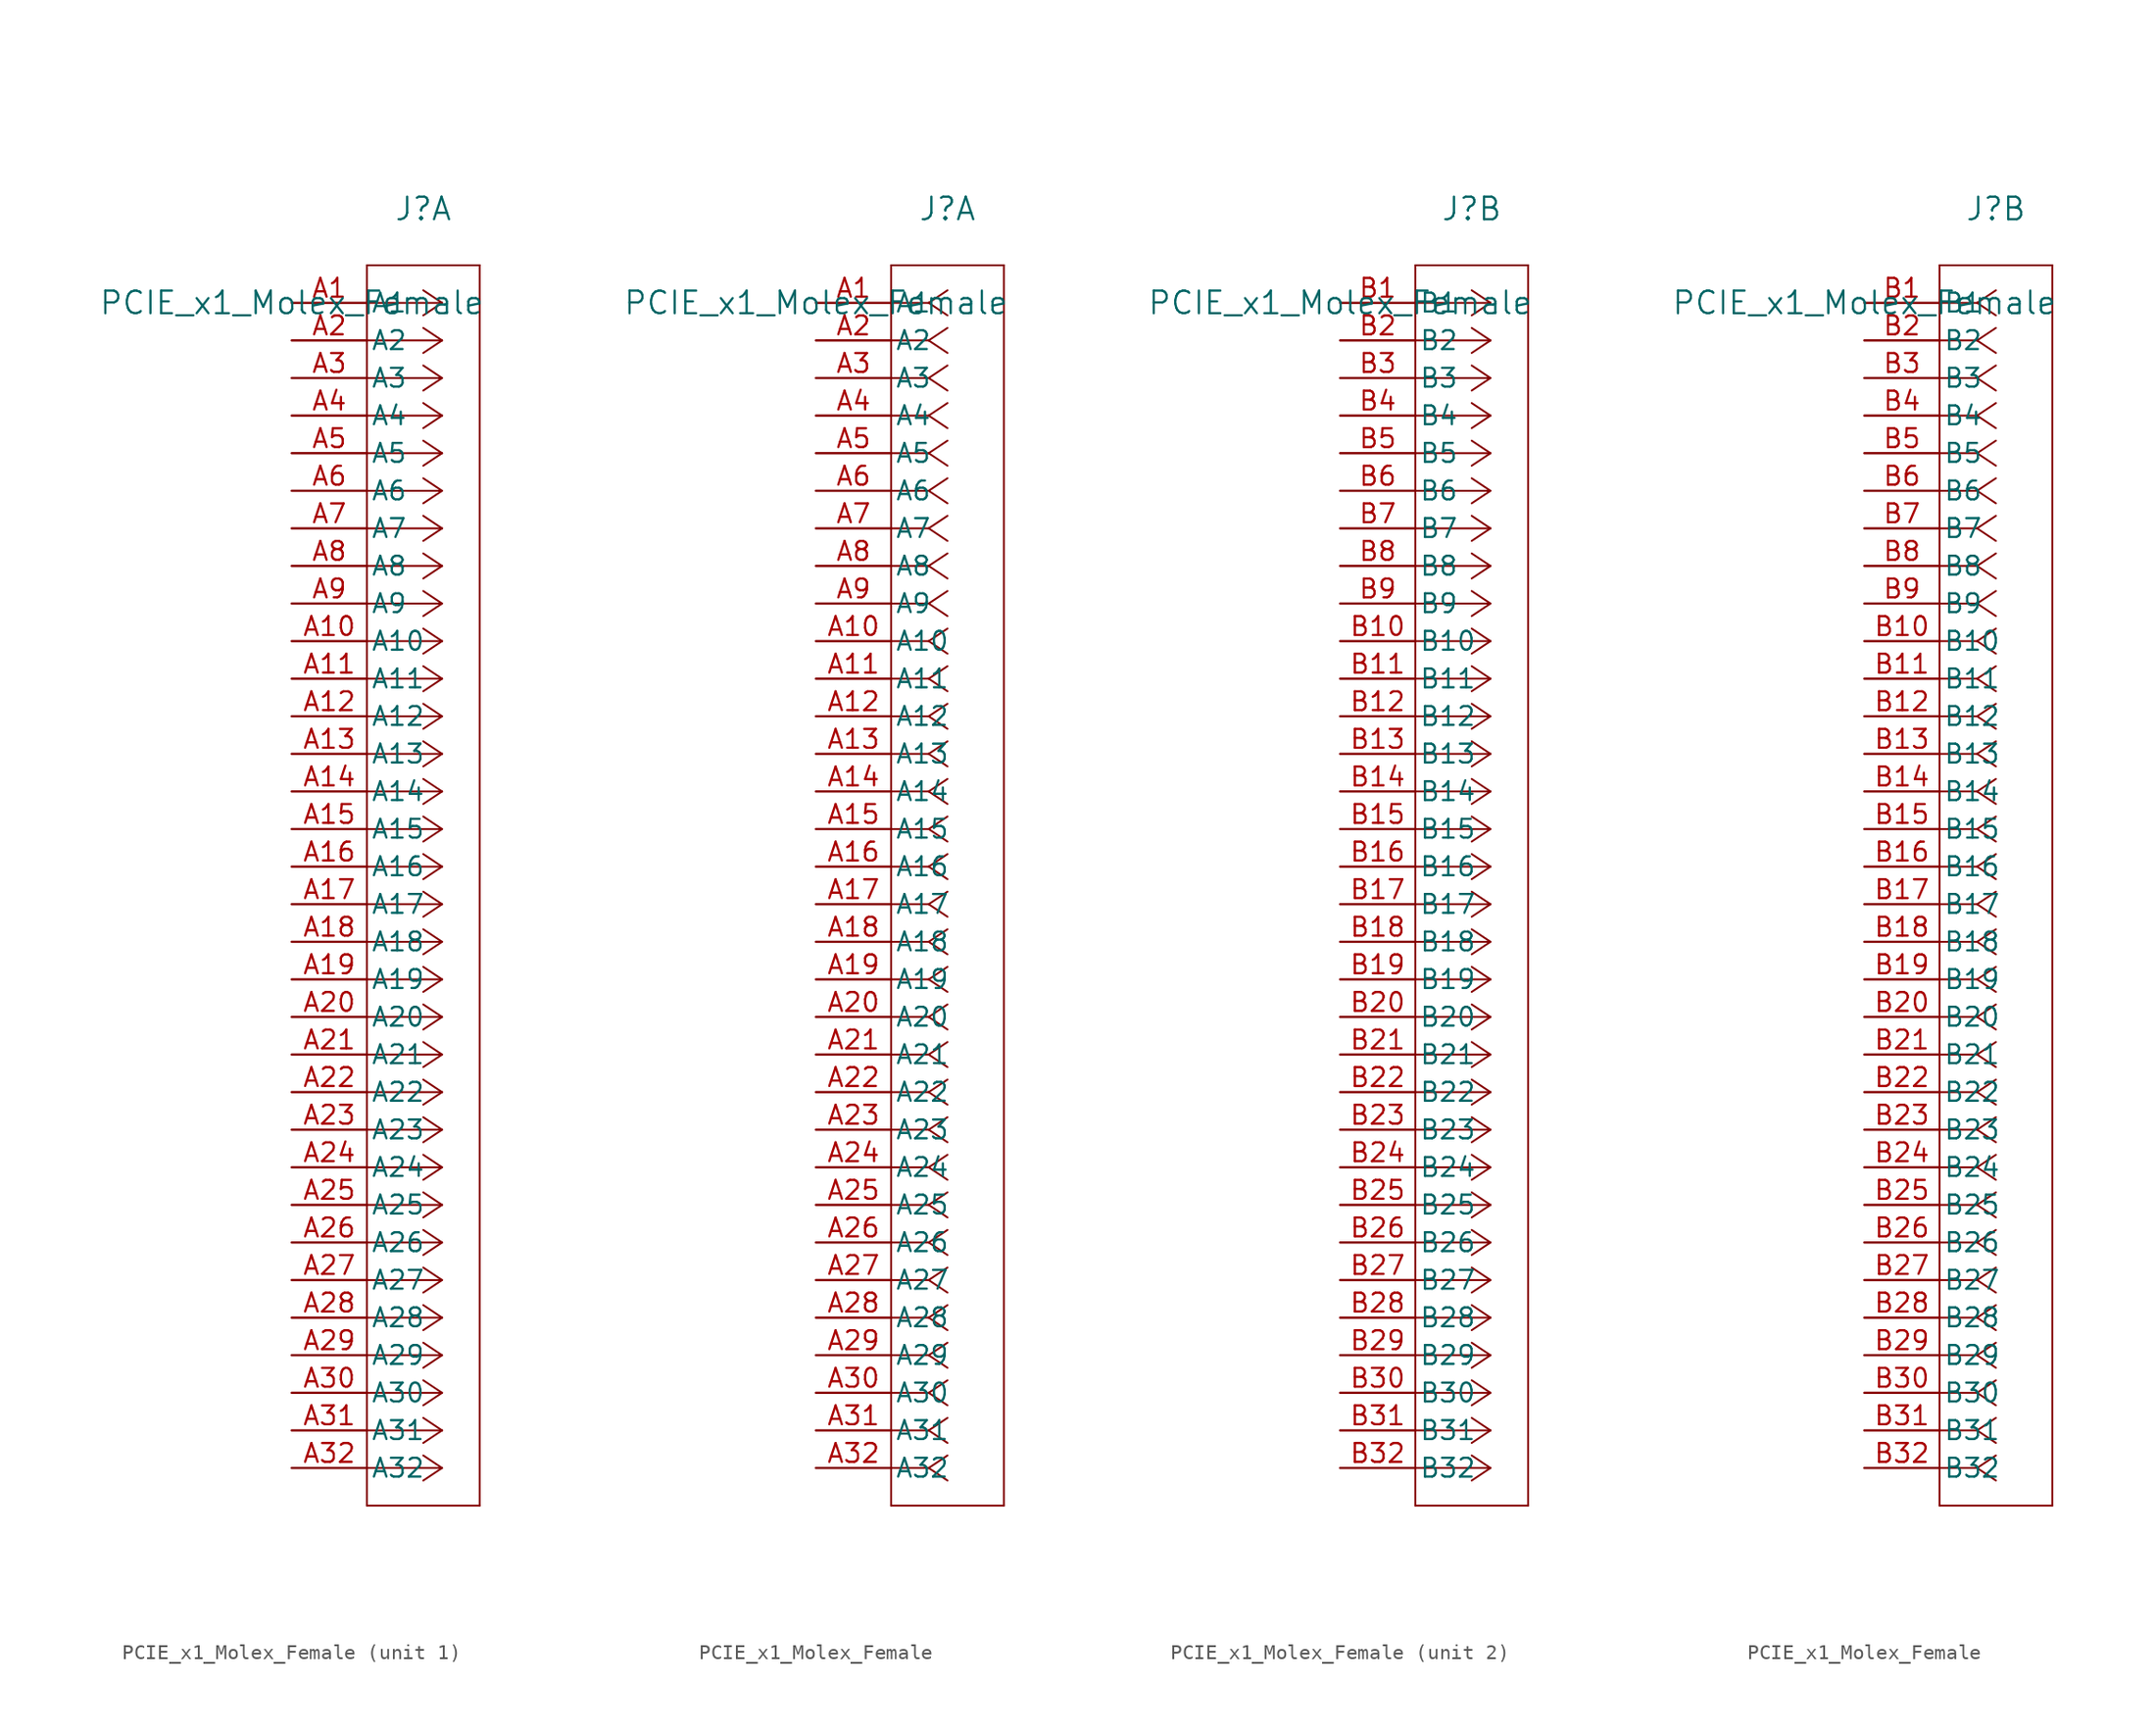
<source format=kicad_sym>
(kicad_symbol_lib
  (version 20211014)
  (generator kicad_symbol_editor)
  (symbol "PCIE_x1_Molex_Female"
    (pin_names
      (offset 0.254))
    (property "Reference" "J"
      (at 8.89 6.35 0)
      (effects (font (size 1.524 1.524))))
    (property "Value" "PCIE_x1_Molex_Female"
      (at 0 0 0)
      (effects (font (size 1.524 1.524))))
    (property "ki_locked" ""
      (at 0 0 0)
      (effects (font (size 1.27 1.27))))
    (symbol "PCIE_x1_Molex_Female_1_1"
      (polyline (pts (xy 5.08 -81.28) (xy 12.7 -81.28)) (stroke (width 0.127) (type default) (color 0 0 0 0)) (fill (type none)))
      (polyline (pts (xy 5.08 2.54) (xy 5.08 -81.28)) (stroke (width 0.127) (type default) (color 0 0 0 0)) (fill (type none)))
      (polyline (pts (xy 10.16 -78.74) (xy 5.08 -78.74)) (stroke (width 0.127) (type default) (color 0 0 0 0)) (fill (type none)))
      (polyline (pts (xy 10.16 -78.74) (xy 8.89 -79.587)) (stroke (width 0.127) (type default) (color 0 0 0 0)) (fill (type none)))
      (polyline (pts (xy 10.16 -78.74) (xy 8.89 -77.893)) (stroke (width 0.127) (type default) (color 0 0 0 0)) (fill (type none)))
      (polyline (pts (xy 10.16 -76.2) (xy 5.08 -76.2)) (stroke (width 0.127) (type default) (color 0 0 0 0)) (fill (type none)))
      (polyline (pts (xy 10.16 -76.2) (xy 8.89 -77.047)) (stroke (width 0.127) (type default) (color 0 0 0 0)) (fill (type none)))
      (polyline (pts (xy 10.16 -76.2) (xy 8.89 -75.353)) (stroke (width 0.127) (type default) (color 0 0 0 0)) (fill (type none)))
      (polyline (pts (xy 10.16 -73.66) (xy 5.08 -73.66)) (stroke (width 0.127) (type default) (color 0 0 0 0)) (fill (type none)))
      (polyline (pts (xy 10.16 -73.66) (xy 8.89 -74.507)) (stroke (width 0.127) (type default) (color 0 0 0 0)) (fill (type none)))
      (polyline (pts (xy 10.16 -73.66) (xy 8.89 -72.813)) (stroke (width 0.127) (type default) (color 0 0 0 0)) (fill (type none)))
      (polyline (pts (xy 10.16 -71.12) (xy 5.08 -71.12)) (stroke (width 0.127) (type default) (color 0 0 0 0)) (fill (type none)))
      (polyline (pts (xy 10.16 -71.12) (xy 8.89 -71.967)) (stroke (width 0.127) (type default) (color 0 0 0 0)) (fill (type none)))
      (polyline (pts (xy 10.16 -71.12) (xy 8.89 -70.273)) (stroke (width 0.127) (type default) (color 0 0 0 0)) (fill (type none)))
      (polyline (pts (xy 10.16 -68.58) (xy 5.08 -68.58)) (stroke (width 0.127) (type default) (color 0 0 0 0)) (fill (type none)))
      (polyline (pts (xy 10.16 -68.58) (xy 8.89 -69.427)) (stroke (width 0.127) (type default) (color 0 0 0 0)) (fill (type none)))
      (polyline (pts (xy 10.16 -68.58) (xy 8.89 -67.733)) (stroke (width 0.127) (type default) (color 0 0 0 0)) (fill (type none)))
      (polyline (pts (xy 10.16 -66.04) (xy 5.08 -66.04)) (stroke (width 0.127) (type default) (color 0 0 0 0)) (fill (type none)))
      (polyline (pts (xy 10.16 -66.04) (xy 8.89 -66.887)) (stroke (width 0.127) (type default) (color 0 0 0 0)) (fill (type none)))
      (polyline (pts (xy 10.16 -66.04) (xy 8.89 -65.193)) (stroke (width 0.127) (type default) (color 0 0 0 0)) (fill (type none)))
      (polyline (pts (xy 10.16 -63.5) (xy 5.08 -63.5)) (stroke (width 0.127) (type default) (color 0 0 0 0)) (fill (type none)))
      (polyline (pts (xy 10.16 -63.5) (xy 8.89 -64.347)) (stroke (width 0.127) (type default) (color 0 0 0 0)) (fill (type none)))
      (polyline (pts (xy 10.16 -63.5) (xy 8.89 -62.653)) (stroke (width 0.127) (type default) (color 0 0 0 0)) (fill (type none)))
      (polyline (pts (xy 10.16 -60.96) (xy 5.08 -60.96)) (stroke (width 0.127) (type default) (color 0 0 0 0)) (fill (type none)))
      (polyline (pts (xy 10.16 -60.96) (xy 8.89 -61.807)) (stroke (width 0.127) (type default) (color 0 0 0 0)) (fill (type none)))
      (polyline (pts (xy 10.16 -60.96) (xy 8.89 -60.113)) (stroke (width 0.127) (type default) (color 0 0 0 0)) (fill (type none)))
      (polyline (pts (xy 10.16 -58.42) (xy 5.08 -58.42)) (stroke (width 0.127) (type default) (color 0 0 0 0)) (fill (type none)))
      (polyline (pts (xy 10.16 -58.42) (xy 8.89 -59.267)) (stroke (width 0.127) (type default) (color 0 0 0 0)) (fill (type none)))
      (polyline (pts (xy 10.16 -58.42) (xy 8.89 -57.573)) (stroke (width 0.127) (type default) (color 0 0 0 0)) (fill (type none)))
      (polyline (pts (xy 10.16 -55.88) (xy 5.08 -55.88)) (stroke (width 0.127) (type default) (color 0 0 0 0)) (fill (type none)))
      (polyline (pts (xy 10.16 -55.88) (xy 8.89 -56.727)) (stroke (width 0.127) (type default) (color 0 0 0 0)) (fill (type none)))
      (polyline (pts (xy 10.16 -55.88) (xy 8.89 -55.033)) (stroke (width 0.127) (type default) (color 0 0 0 0)) (fill (type none)))
      (polyline (pts (xy 10.16 -53.34) (xy 5.08 -53.34)) (stroke (width 0.127) (type default) (color 0 0 0 0)) (fill (type none)))
      (polyline (pts (xy 10.16 -53.34) (xy 8.89 -54.187)) (stroke (width 0.127) (type default) (color 0 0 0 0)) (fill (type none)))
      (polyline (pts (xy 10.16 -53.34) (xy 8.89 -52.493)) (stroke (width 0.127) (type default) (color 0 0 0 0)) (fill (type none)))
      (polyline (pts (xy 10.16 -50.8) (xy 5.08 -50.8)) (stroke (width 0.127) (type default) (color 0 0 0 0)) (fill (type none)))
      (polyline (pts (xy 10.16 -50.8) (xy 8.89 -51.647)) (stroke (width 0.127) (type default) (color 0 0 0 0)) (fill (type none)))
      (polyline (pts (xy 10.16 -50.8) (xy 8.89 -49.953)) (stroke (width 0.127) (type default) (color 0 0 0 0)) (fill (type none)))
      (polyline (pts (xy 10.16 -48.26) (xy 5.08 -48.26)) (stroke (width 0.127) (type default) (color 0 0 0 0)) (fill (type none)))
      (polyline (pts (xy 10.16 -48.26) (xy 8.89 -49.107)) (stroke (width 0.127) (type default) (color 0 0 0 0)) (fill (type none)))
      (polyline (pts (xy 10.16 -48.26) (xy 8.89 -47.413)) (stroke (width 0.127) (type default) (color 0 0 0 0)) (fill (type none)))
      (polyline (pts (xy 10.16 -45.72) (xy 5.08 -45.72)) (stroke (width 0.127) (type default) (color 0 0 0 0)) (fill (type none)))
      (polyline (pts (xy 10.16 -45.72) (xy 8.89 -46.567)) (stroke (width 0.127) (type default) (color 0 0 0 0)) (fill (type none)))
      (polyline (pts (xy 10.16 -45.72) (xy 8.89 -44.873)) (stroke (width 0.127) (type default) (color 0 0 0 0)) (fill (type none)))
      (polyline (pts (xy 10.16 -43.18) (xy 5.08 -43.18)) (stroke (width 0.127) (type default) (color 0 0 0 0)) (fill (type none)))
      (polyline (pts (xy 10.16 -43.18) (xy 8.89 -44.027)) (stroke (width 0.127) (type default) (color 0 0 0 0)) (fill (type none)))
      (polyline (pts (xy 10.16 -43.18) (xy 8.89 -42.333)) (stroke (width 0.127) (type default) (color 0 0 0 0)) (fill (type none)))
      (polyline (pts (xy 10.16 -40.64) (xy 5.08 -40.64)) (stroke (width 0.127) (type default) (color 0 0 0 0)) (fill (type none)))
      (polyline (pts (xy 10.16 -40.64) (xy 8.89 -41.487)) (stroke (width 0.127) (type default) (color 0 0 0 0)) (fill (type none)))
      (polyline (pts (xy 10.16 -40.64) (xy 8.89 -39.793)) (stroke (width 0.127) (type default) (color 0 0 0 0)) (fill (type none)))
      (polyline (pts (xy 10.16 -38.1) (xy 5.08 -38.1)) (stroke (width 0.127) (type default) (color 0 0 0 0)) (fill (type none)))
      (polyline (pts (xy 10.16 -38.1) (xy 8.89 -38.947)) (stroke (width 0.127) (type default) (color 0 0 0 0)) (fill (type none)))
      (polyline (pts (xy 10.16 -38.1) (xy 8.89 -37.253)) (stroke (width 0.127) (type default) (color 0 0 0 0)) (fill (type none)))
      (polyline (pts (xy 10.16 -35.56) (xy 5.08 -35.56)) (stroke (width 0.127) (type default) (color 0 0 0 0)) (fill (type none)))
      (polyline (pts (xy 10.16 -35.56) (xy 8.89 -36.407)) (stroke (width 0.127) (type default) (color 0 0 0 0)) (fill (type none)))
      (polyline (pts (xy 10.16 -35.56) (xy 8.89 -34.713)) (stroke (width 0.127) (type default) (color 0 0 0 0)) (fill (type none)))
      (polyline (pts (xy 10.16 -33.02) (xy 5.08 -33.02)) (stroke (width 0.127) (type default) (color 0 0 0 0)) (fill (type none)))
      (polyline (pts (xy 10.16 -33.02) (xy 8.89 -33.867)) (stroke (width 0.127) (type default) (color 0 0 0 0)) (fill (type none)))
      (polyline (pts (xy 10.16 -33.02) (xy 8.89 -32.173)) (stroke (width 0.127) (type default) (color 0 0 0 0)) (fill (type none)))
      (polyline (pts (xy 10.16 -30.48) (xy 5.08 -30.48)) (stroke (width 0.127) (type default) (color 0 0 0 0)) (fill (type none)))
      (polyline (pts (xy 10.16 -30.48) (xy 8.89 -31.327)) (stroke (width 0.127) (type default) (color 0 0 0 0)) (fill (type none)))
      (polyline (pts (xy 10.16 -30.48) (xy 8.89 -29.633)) (stroke (width 0.127) (type default) (color 0 0 0 0)) (fill (type none)))
      (polyline (pts (xy 10.16 -27.94) (xy 5.08 -27.94)) (stroke (width 0.127) (type default) (color 0 0 0 0)) (fill (type none)))
      (polyline (pts (xy 10.16 -27.94) (xy 8.89 -28.787)) (stroke (width 0.127) (type default) (color 0 0 0 0)) (fill (type none)))
      (polyline (pts (xy 10.16 -27.94) (xy 8.89 -27.093)) (stroke (width 0.127) (type default) (color 0 0 0 0)) (fill (type none)))
      (polyline (pts (xy 10.16 -25.4) (xy 5.08 -25.4)) (stroke (width 0.127) (type default) (color 0 0 0 0)) (fill (type none)))
      (polyline (pts (xy 10.16 -25.4) (xy 8.89 -26.247)) (stroke (width 0.127) (type default) (color 0 0 0 0)) (fill (type none)))
      (polyline (pts (xy 10.16 -25.4) (xy 8.89 -24.553)) (stroke (width 0.127) (type default) (color 0 0 0 0)) (fill (type none)))
      (polyline (pts (xy 10.16 -22.86) (xy 5.08 -22.86)) (stroke (width 0.127) (type default) (color 0 0 0 0)) (fill (type none)))
      (polyline (pts (xy 10.16 -22.86) (xy 8.89 -23.707)) (stroke (width 0.127) (type default) (color 0 0 0 0)) (fill (type none)))
      (polyline (pts (xy 10.16 -22.86) (xy 8.89 -22.013)) (stroke (width 0.127) (type default) (color 0 0 0 0)) (fill (type none)))
      (polyline (pts (xy 10.16 -20.32) (xy 5.08 -20.32)) (stroke (width 0.127) (type default) (color 0 0 0 0)) (fill (type none)))
      (polyline (pts (xy 10.16 -20.32) (xy 8.89 -21.167)) (stroke (width 0.127) (type default) (color 0 0 0 0)) (fill (type none)))
      (polyline (pts (xy 10.16 -20.32) (xy 8.89 -19.473)) (stroke (width 0.127) (type default) (color 0 0 0 0)) (fill (type none)))
      (polyline (pts (xy 10.16 -17.78) (xy 5.08 -17.78)) (stroke (width 0.127) (type default) (color 0 0 0 0)) (fill (type none)))
      (polyline (pts (xy 10.16 -17.78) (xy 8.89 -18.627)) (stroke (width 0.127) (type default) (color 0 0 0 0)) (fill (type none)))
      (polyline (pts (xy 10.16 -17.78) (xy 8.89 -16.933)) (stroke (width 0.127) (type default) (color 0 0 0 0)) (fill (type none)))
      (polyline (pts (xy 10.16 -15.24) (xy 5.08 -15.24)) (stroke (width 0.127) (type default) (color 0 0 0 0)) (fill (type none)))
      (polyline (pts (xy 10.16 -15.24) (xy 8.89 -16.087)) (stroke (width 0.127) (type default) (color 0 0 0 0)) (fill (type none)))
      (polyline (pts (xy 10.16 -15.24) (xy 8.89 -14.393)) (stroke (width 0.127) (type default) (color 0 0 0 0)) (fill (type none)))
      (polyline (pts (xy 10.16 -12.7) (xy 5.08 -12.7)) (stroke (width 0.127) (type default) (color 0 0 0 0)) (fill (type none)))
      (polyline (pts (xy 10.16 -12.7) (xy 8.89 -13.547)) (stroke (width 0.127) (type default) (color 0 0 0 0)) (fill (type none)))
      (polyline (pts (xy 10.16 -12.7) (xy 8.89 -11.853)) (stroke (width 0.127) (type default) (color 0 0 0 0)) (fill (type none)))
      (polyline (pts (xy 10.16 -10.16) (xy 5.08 -10.16)) (stroke (width 0.127) (type default) (color 0 0 0 0)) (fill (type none)))
      (polyline (pts (xy 10.16 -10.16) (xy 8.89 -11.007)) (stroke (width 0.127) (type default) (color 0 0 0 0)) (fill (type none)))
      (polyline (pts (xy 10.16 -10.16) (xy 8.89 -9.313)) (stroke (width 0.127) (type default) (color 0 0 0 0)) (fill (type none)))
      (polyline (pts (xy 10.16 -7.62) (xy 5.08 -7.62)) (stroke (width 0.127) (type default) (color 0 0 0 0)) (fill (type none)))
      (polyline (pts (xy 10.16 -7.62) (xy 8.89 -8.467)) (stroke (width 0.127) (type default) (color 0 0 0 0)) (fill (type none)))
      (polyline (pts (xy 10.16 -7.62) (xy 8.89 -6.773)) (stroke (width 0.127) (type default) (color 0 0 0 0)) (fill (type none)))
      (polyline (pts (xy 10.16 -5.08) (xy 5.08 -5.08)) (stroke (width 0.127) (type default) (color 0 0 0 0)) (fill (type none)))
      (polyline (pts (xy 10.16 -5.08) (xy 8.89 -5.927)) (stroke (width 0.127) (type default) (color 0 0 0 0)) (fill (type none)))
      (polyline (pts (xy 10.16 -5.08) (xy 8.89 -4.233)) (stroke (width 0.127) (type default) (color 0 0 0 0)) (fill (type none)))
      (polyline (pts (xy 10.16 -2.54) (xy 5.08 -2.54)) (stroke (width 0.127) (type default) (color 0 0 0 0)) (fill (type none)))
      (polyline (pts (xy 10.16 -2.54) (xy 8.89 -3.387)) (stroke (width 0.127) (type default) (color 0 0 0 0)) (fill (type none)))
      (polyline (pts (xy 10.16 -2.54) (xy 8.89 -1.693)) (stroke (width 0.127) (type default) (color 0 0 0 0)) (fill (type none)))
      (polyline (pts (xy 10.16 0) (xy 5.08 0)) (stroke (width 0.127) (type default) (color 0 0 0 0)) (fill (type none)))
      (polyline (pts (xy 10.16 0) (xy 8.89 -0.847)) (stroke (width 0.127) (type default) (color 0 0 0 0)) (fill (type none)))
      (polyline (pts (xy 10.16 0) (xy 8.89 0.847)) (stroke (width 0.127) (type default) (color 0 0 0 0)) (fill (type none)))
      (polyline (pts (xy 12.7 -81.28) (xy 12.7 2.54)) (stroke (width 0.127) (type default) (color 0 0 0 0)) (fill (type none)))
      (polyline (pts (xy 12.7 2.54) (xy 5.08 2.54)) (stroke (width 0.127) (type default) (color 0 0 0 0)) (fill (type none)))
      (pin unspecified line (at 0 0 0) (length 5.08) (name "A1" (effects (font (size 1.27 1.27)))) (number "A1" (effects (font (size 1.27 1.27)))))
      (pin unspecified line (at 0 -22.86 0) (length 5.08) (name "A10" (effects (font (size 1.27 1.27)))) (number "A10" (effects (font (size 1.27 1.27)))))
      (pin unspecified line (at 0 -25.4 0) (length 5.08) (name "A11" (effects (font (size 1.27 1.27)))) (number "A11" (effects (font (size 1.27 1.27)))))
      (pin unspecified line (at 0 -27.94 0) (length 5.08) (name "A12" (effects (font (size 1.27 1.27)))) (number "A12" (effects (font (size 1.27 1.27)))))
      (pin unspecified line (at 0 -30.48 0) (length 5.08) (name "A13" (effects (font (size 1.27 1.27)))) (number "A13" (effects (font (size 1.27 1.27)))))
      (pin unspecified line (at 0 -33.02 0) (length 5.08) (name "A14" (effects (font (size 1.27 1.27)))) (number "A14" (effects (font (size 1.27 1.27)))))
      (pin unspecified line (at 0 -35.56 0) (length 5.08) (name "A15" (effects (font (size 1.27 1.27)))) (number "A15" (effects (font (size 1.27 1.27)))))
      (pin unspecified line (at 0 -38.1 0) (length 5.08) (name "A16" (effects (font (size 1.27 1.27)))) (number "A16" (effects (font (size 1.27 1.27)))))
      (pin unspecified line (at 0 -40.64 0) (length 5.08) (name "A17" (effects (font (size 1.27 1.27)))) (number "A17" (effects (font (size 1.27 1.27)))))
      (pin unspecified line (at 0 -43.18 0) (length 5.08) (name "A18" (effects (font (size 1.27 1.27)))) (number "A18" (effects (font (size 1.27 1.27)))))
      (pin unspecified line (at 0 -45.72 0) (length 5.08) (name "A19" (effects (font (size 1.27 1.27)))) (number "A19" (effects (font (size 1.27 1.27)))))
      (pin unspecified line (at 0 -2.54 0) (length 5.08) (name "A2" (effects (font (size 1.27 1.27)))) (number "A2" (effects (font (size 1.27 1.27)))))
      (pin unspecified line (at 0 -48.26 0) (length 5.08) (name "A20" (effects (font (size 1.27 1.27)))) (number "A20" (effects (font (size 1.27 1.27)))))
      (pin unspecified line (at 0 -50.8 0) (length 5.08) (name "A21" (effects (font (size 1.27 1.27)))) (number "A21" (effects (font (size 1.27 1.27)))))
      (pin unspecified line (at 0 -53.34 0) (length 5.08) (name "A22" (effects (font (size 1.27 1.27)))) (number "A22" (effects (font (size 1.27 1.27)))))
      (pin unspecified line (at 0 -55.88 0) (length 5.08) (name "A23" (effects (font (size 1.27 1.27)))) (number "A23" (effects (font (size 1.27 1.27)))))
      (pin unspecified line (at 0 -58.42 0) (length 5.08) (name "A24" (effects (font (size 1.27 1.27)))) (number "A24" (effects (font (size 1.27 1.27)))))
      (pin unspecified line (at 0 -60.96 0) (length 5.08) (name "A25" (effects (font (size 1.27 1.27)))) (number "A25" (effects (font (size 1.27 1.27)))))
      (pin unspecified line (at 0 -63.5 0) (length 5.08) (name "A26" (effects (font (size 1.27 1.27)))) (number "A26" (effects (font (size 1.27 1.27)))))
      (pin unspecified line (at 0 -66.04 0) (length 5.08) (name "A27" (effects (font (size 1.27 1.27)))) (number "A27" (effects (font (size 1.27 1.27)))))
      (pin unspecified line (at 0 -68.58 0) (length 5.08) (name "A28" (effects (font (size 1.27 1.27)))) (number "A28" (effects (font (size 1.27 1.27)))))
      (pin unspecified line (at 0 -71.12 0) (length 5.08) (name "A29" (effects (font (size 1.27 1.27)))) (number "A29" (effects (font (size 1.27 1.27)))))
      (pin unspecified line (at 0 -5.08 0) (length 5.08) (name "A3" (effects (font (size 1.27 1.27)))) (number "A3" (effects (font (size 1.27 1.27)))))
      (pin unspecified line (at 0 -73.66 0) (length 5.08) (name "A30" (effects (font (size 1.27 1.27)))) (number "A30" (effects (font (size 1.27 1.27)))))
      (pin unspecified line (at 0 -76.2 0) (length 5.08) (name "A31" (effects (font (size 1.27 1.27)))) (number "A31" (effects (font (size 1.27 1.27)))))
      (pin unspecified line (at 0 -78.74 0) (length 5.08) (name "A32" (effects (font (size 1.27 1.27)))) (number "A32" (effects (font (size 1.27 1.27)))))
      (pin unspecified line (at 0 -7.62 0) (length 5.08) (name "A4" (effects (font (size 1.27 1.27)))) (number "A4" (effects (font (size 1.27 1.27)))))
      (pin unspecified line (at 0 -10.16 0) (length 5.08) (name "A5" (effects (font (size 1.27 1.27)))) (number "A5" (effects (font (size 1.27 1.27)))))
      (pin unspecified line (at 0 -12.7 0) (length 5.08) (name "A6" (effects (font (size 1.27 1.27)))) (number "A6" (effects (font (size 1.27 1.27)))))
      (pin unspecified line (at 0 -15.24 0) (length 5.08) (name "A7" (effects (font (size 1.27 1.27)))) (number "A7" (effects (font (size 1.27 1.27)))))
      (pin unspecified line (at 0 -17.78 0) (length 5.08) (name "A8" (effects (font (size 1.27 1.27)))) (number "A8" (effects (font (size 1.27 1.27)))))
      (pin unspecified line (at 0 -20.32 0) (length 5.08) (name "A9" (effects (font (size 1.27 1.27)))) (number "A9" (effects (font (size 1.27 1.27))))))
    (symbol "PCIE_x1_Molex_Female_1_2"
      (polyline (pts (xy 5.08 -81.28) (xy 12.7 -81.28)) (stroke (width 0.127) (type default) (color 0 0 0 0)) (fill (type none)))
      (polyline (pts (xy 5.08 2.54) (xy 5.08 -81.28)) (stroke (width 0.127) (type default) (color 0 0 0 0)) (fill (type none)))
      (polyline (pts (xy 7.62 -78.74) (xy 5.08 -78.74)) (stroke (width 0.127) (type default) (color 0 0 0 0)) (fill (type none)))
      (polyline (pts (xy 7.62 -78.74) (xy 8.89 -79.587)) (stroke (width 0.127) (type default) (color 0 0 0 0)) (fill (type none)))
      (polyline (pts (xy 7.62 -78.74) (xy 8.89 -77.893)) (stroke (width 0.127) (type default) (color 0 0 0 0)) (fill (type none)))
      (polyline (pts (xy 7.62 -76.2) (xy 5.08 -76.2)) (stroke (width 0.127) (type default) (color 0 0 0 0)) (fill (type none)))
      (polyline (pts (xy 7.62 -76.2) (xy 8.89 -77.047)) (stroke (width 0.127) (type default) (color 0 0 0 0)) (fill (type none)))
      (polyline (pts (xy 7.62 -76.2) (xy 8.89 -75.353)) (stroke (width 0.127) (type default) (color 0 0 0 0)) (fill (type none)))
      (polyline (pts (xy 7.62 -73.66) (xy 5.08 -73.66)) (stroke (width 0.127) (type default) (color 0 0 0 0)) (fill (type none)))
      (polyline (pts (xy 7.62 -73.66) (xy 8.89 -74.507)) (stroke (width 0.127) (type default) (color 0 0 0 0)) (fill (type none)))
      (polyline (pts (xy 7.62 -73.66) (xy 8.89 -72.813)) (stroke (width 0.127) (type default) (color 0 0 0 0)) (fill (type none)))
      (polyline (pts (xy 7.62 -71.12) (xy 5.08 -71.12)) (stroke (width 0.127) (type default) (color 0 0 0 0)) (fill (type none)))
      (polyline (pts (xy 7.62 -71.12) (xy 8.89 -71.967)) (stroke (width 0.127) (type default) (color 0 0 0 0)) (fill (type none)))
      (polyline (pts (xy 7.62 -71.12) (xy 8.89 -70.273)) (stroke (width 0.127) (type default) (color 0 0 0 0)) (fill (type none)))
      (polyline (pts (xy 7.62 -68.58) (xy 5.08 -68.58)) (stroke (width 0.127) (type default) (color 0 0 0 0)) (fill (type none)))
      (polyline (pts (xy 7.62 -68.58) (xy 8.89 -69.427)) (stroke (width 0.127) (type default) (color 0 0 0 0)) (fill (type none)))
      (polyline (pts (xy 7.62 -68.58) (xy 8.89 -67.733)) (stroke (width 0.127) (type default) (color 0 0 0 0)) (fill (type none)))
      (polyline (pts (xy 7.62 -66.04) (xy 5.08 -66.04)) (stroke (width 0.127) (type default) (color 0 0 0 0)) (fill (type none)))
      (polyline (pts (xy 7.62 -66.04) (xy 8.89 -66.887)) (stroke (width 0.127) (type default) (color 0 0 0 0)) (fill (type none)))
      (polyline (pts (xy 7.62 -66.04) (xy 8.89 -65.193)) (stroke (width 0.127) (type default) (color 0 0 0 0)) (fill (type none)))
      (polyline (pts (xy 7.62 -63.5) (xy 5.08 -63.5)) (stroke (width 0.127) (type default) (color 0 0 0 0)) (fill (type none)))
      (polyline (pts (xy 7.62 -63.5) (xy 8.89 -64.347)) (stroke (width 0.127) (type default) (color 0 0 0 0)) (fill (type none)))
      (polyline (pts (xy 7.62 -63.5) (xy 8.89 -62.653)) (stroke (width 0.127) (type default) (color 0 0 0 0)) (fill (type none)))
      (polyline (pts (xy 7.62 -60.96) (xy 5.08 -60.96)) (stroke (width 0.127) (type default) (color 0 0 0 0)) (fill (type none)))
      (polyline (pts (xy 7.62 -60.96) (xy 8.89 -61.807)) (stroke (width 0.127) (type default) (color 0 0 0 0)) (fill (type none)))
      (polyline (pts (xy 7.62 -60.96) (xy 8.89 -60.113)) (stroke (width 0.127) (type default) (color 0 0 0 0)) (fill (type none)))
      (polyline (pts (xy 7.62 -58.42) (xy 5.08 -58.42)) (stroke (width 0.127) (type default) (color 0 0 0 0)) (fill (type none)))
      (polyline (pts (xy 7.62 -58.42) (xy 8.89 -59.267)) (stroke (width 0.127) (type default) (color 0 0 0 0)) (fill (type none)))
      (polyline (pts (xy 7.62 -58.42) (xy 8.89 -57.573)) (stroke (width 0.127) (type default) (color 0 0 0 0)) (fill (type none)))
      (polyline (pts (xy 7.62 -55.88) (xy 5.08 -55.88)) (stroke (width 0.127) (type default) (color 0 0 0 0)) (fill (type none)))
      (polyline (pts (xy 7.62 -55.88) (xy 8.89 -56.727)) (stroke (width 0.127) (type default) (color 0 0 0 0)) (fill (type none)))
      (polyline (pts (xy 7.62 -55.88) (xy 8.89 -55.033)) (stroke (width 0.127) (type default) (color 0 0 0 0)) (fill (type none)))
      (polyline (pts (xy 7.62 -53.34) (xy 5.08 -53.34)) (stroke (width 0.127) (type default) (color 0 0 0 0)) (fill (type none)))
      (polyline (pts (xy 7.62 -53.34) (xy 8.89 -54.187)) (stroke (width 0.127) (type default) (color 0 0 0 0)) (fill (type none)))
      (polyline (pts (xy 7.62 -53.34) (xy 8.89 -52.493)) (stroke (width 0.127) (type default) (color 0 0 0 0)) (fill (type none)))
      (polyline (pts (xy 7.62 -50.8) (xy 5.08 -50.8)) (stroke (width 0.127) (type default) (color 0 0 0 0)) (fill (type none)))
      (polyline (pts (xy 7.62 -50.8) (xy 8.89 -51.647)) (stroke (width 0.127) (type default) (color 0 0 0 0)) (fill (type none)))
      (polyline (pts (xy 7.62 -50.8) (xy 8.89 -49.953)) (stroke (width 0.127) (type default) (color 0 0 0 0)) (fill (type none)))
      (polyline (pts (xy 7.62 -48.26) (xy 5.08 -48.26)) (stroke (width 0.127) (type default) (color 0 0 0 0)) (fill (type none)))
      (polyline (pts (xy 7.62 -48.26) (xy 8.89 -49.107)) (stroke (width 0.127) (type default) (color 0 0 0 0)) (fill (type none)))
      (polyline (pts (xy 7.62 -48.26) (xy 8.89 -47.413)) (stroke (width 0.127) (type default) (color 0 0 0 0)) (fill (type none)))
      (polyline (pts (xy 7.62 -45.72) (xy 5.08 -45.72)) (stroke (width 0.127) (type default) (color 0 0 0 0)) (fill (type none)))
      (polyline (pts (xy 7.62 -45.72) (xy 8.89 -46.567)) (stroke (width 0.127) (type default) (color 0 0 0 0)) (fill (type none)))
      (polyline (pts (xy 7.62 -45.72) (xy 8.89 -44.873)) (stroke (width 0.127) (type default) (color 0 0 0 0)) (fill (type none)))
      (polyline (pts (xy 7.62 -43.18) (xy 5.08 -43.18)) (stroke (width 0.127) (type default) (color 0 0 0 0)) (fill (type none)))
      (polyline (pts (xy 7.62 -43.18) (xy 8.89 -44.027)) (stroke (width 0.127) (type default) (color 0 0 0 0)) (fill (type none)))
      (polyline (pts (xy 7.62 -43.18) (xy 8.89 -42.333)) (stroke (width 0.127) (type default) (color 0 0 0 0)) (fill (type none)))
      (polyline (pts (xy 7.62 -40.64) (xy 5.08 -40.64)) (stroke (width 0.127) (type default) (color 0 0 0 0)) (fill (type none)))
      (polyline (pts (xy 7.62 -40.64) (xy 8.89 -41.487)) (stroke (width 0.127) (type default) (color 0 0 0 0)) (fill (type none)))
      (polyline (pts (xy 7.62 -40.64) (xy 8.89 -39.793)) (stroke (width 0.127) (type default) (color 0 0 0 0)) (fill (type none)))
      (polyline (pts (xy 7.62 -38.1) (xy 5.08 -38.1)) (stroke (width 0.127) (type default) (color 0 0 0 0)) (fill (type none)))
      (polyline (pts (xy 7.62 -38.1) (xy 8.89 -38.947)) (stroke (width 0.127) (type default) (color 0 0 0 0)) (fill (type none)))
      (polyline (pts (xy 7.62 -38.1) (xy 8.89 -37.253)) (stroke (width 0.127) (type default) (color 0 0 0 0)) (fill (type none)))
      (polyline (pts (xy 7.62 -35.56) (xy 5.08 -35.56)) (stroke (width 0.127) (type default) (color 0 0 0 0)) (fill (type none)))
      (polyline (pts (xy 7.62 -35.56) (xy 8.89 -36.407)) (stroke (width 0.127) (type default) (color 0 0 0 0)) (fill (type none)))
      (polyline (pts (xy 7.62 -35.56) (xy 8.89 -34.713)) (stroke (width 0.127) (type default) (color 0 0 0 0)) (fill (type none)))
      (polyline (pts (xy 7.62 -33.02) (xy 5.08 -33.02)) (stroke (width 0.127) (type default) (color 0 0 0 0)) (fill (type none)))
      (polyline (pts (xy 7.62 -33.02) (xy 8.89 -33.867)) (stroke (width 0.127) (type default) (color 0 0 0 0)) (fill (type none)))
      (polyline (pts (xy 7.62 -33.02) (xy 8.89 -32.173)) (stroke (width 0.127) (type default) (color 0 0 0 0)) (fill (type none)))
      (polyline (pts (xy 7.62 -30.48) (xy 5.08 -30.48)) (stroke (width 0.127) (type default) (color 0 0 0 0)) (fill (type none)))
      (polyline (pts (xy 7.62 -30.48) (xy 8.89 -31.327)) (stroke (width 0.127) (type default) (color 0 0 0 0)) (fill (type none)))
      (polyline (pts (xy 7.62 -30.48) (xy 8.89 -29.633)) (stroke (width 0.127) (type default) (color 0 0 0 0)) (fill (type none)))
      (polyline (pts (xy 7.62 -27.94) (xy 5.08 -27.94)) (stroke (width 0.127) (type default) (color 0 0 0 0)) (fill (type none)))
      (polyline (pts (xy 7.62 -27.94) (xy 8.89 -28.787)) (stroke (width 0.127) (type default) (color 0 0 0 0)) (fill (type none)))
      (polyline (pts (xy 7.62 -27.94) (xy 8.89 -27.093)) (stroke (width 0.127) (type default) (color 0 0 0 0)) (fill (type none)))
      (polyline (pts (xy 7.62 -25.4) (xy 5.08 -25.4)) (stroke (width 0.127) (type default) (color 0 0 0 0)) (fill (type none)))
      (polyline (pts (xy 7.62 -25.4) (xy 8.89 -26.247)) (stroke (width 0.127) (type default) (color 0 0 0 0)) (fill (type none)))
      (polyline (pts (xy 7.62 -25.4) (xy 8.89 -24.553)) (stroke (width 0.127) (type default) (color 0 0 0 0)) (fill (type none)))
      (polyline (pts (xy 7.62 -22.86) (xy 5.08 -22.86)) (stroke (width 0.127) (type default) (color 0 0 0 0)) (fill (type none)))
      (polyline (pts (xy 7.62 -22.86) (xy 8.89 -23.707)) (stroke (width 0.127) (type default) (color 0 0 0 0)) (fill (type none)))
      (polyline (pts (xy 7.62 -22.86) (xy 8.89 -22.013)) (stroke (width 0.127) (type default) (color 0 0 0 0)) (fill (type none)))
      (polyline (pts (xy 7.62 -20.32) (xy 5.08 -20.32)) (stroke (width 0.127) (type default) (color 0 0 0 0)) (fill (type none)))
      (polyline (pts (xy 7.62 -20.32) (xy 8.89 -21.167)) (stroke (width 0.127) (type default) (color 0 0 0 0)) (fill (type none)))
      (polyline (pts (xy 7.62 -20.32) (xy 8.89 -19.473)) (stroke (width 0.127) (type default) (color 0 0 0 0)) (fill (type none)))
      (polyline (pts (xy 7.62 -17.78) (xy 5.08 -17.78)) (stroke (width 0.127) (type default) (color 0 0 0 0)) (fill (type none)))
      (polyline (pts (xy 7.62 -17.78) (xy 8.89 -18.627)) (stroke (width 0.127) (type default) (color 0 0 0 0)) (fill (type none)))
      (polyline (pts (xy 7.62 -17.78) (xy 8.89 -16.933)) (stroke (width 0.127) (type default) (color 0 0 0 0)) (fill (type none)))
      (polyline (pts (xy 7.62 -15.24) (xy 5.08 -15.24)) (stroke (width 0.127) (type default) (color 0 0 0 0)) (fill (type none)))
      (polyline (pts (xy 7.62 -15.24) (xy 8.89 -16.087)) (stroke (width 0.127) (type default) (color 0 0 0 0)) (fill (type none)))
      (polyline (pts (xy 7.62 -15.24) (xy 8.89 -14.393)) (stroke (width 0.127) (type default) (color 0 0 0 0)) (fill (type none)))
      (polyline (pts (xy 7.62 -12.7) (xy 5.08 -12.7)) (stroke (width 0.127) (type default) (color 0 0 0 0)) (fill (type none)))
      (polyline (pts (xy 7.62 -12.7) (xy 8.89 -13.547)) (stroke (width 0.127) (type default) (color 0 0 0 0)) (fill (type none)))
      (polyline (pts (xy 7.62 -12.7) (xy 8.89 -11.853)) (stroke (width 0.127) (type default) (color 0 0 0 0)) (fill (type none)))
      (polyline (pts (xy 7.62 -10.16) (xy 5.08 -10.16)) (stroke (width 0.127) (type default) (color 0 0 0 0)) (fill (type none)))
      (polyline (pts (xy 7.62 -10.16) (xy 8.89 -11.007)) (stroke (width 0.127) (type default) (color 0 0 0 0)) (fill (type none)))
      (polyline (pts (xy 7.62 -10.16) (xy 8.89 -9.313)) (stroke (width 0.127) (type default) (color 0 0 0 0)) (fill (type none)))
      (polyline (pts (xy 7.62 -7.62) (xy 5.08 -7.62)) (stroke (width 0.127) (type default) (color 0 0 0 0)) (fill (type none)))
      (polyline (pts (xy 7.62 -7.62) (xy 8.89 -8.467)) (stroke (width 0.127) (type default) (color 0 0 0 0)) (fill (type none)))
      (polyline (pts (xy 7.62 -7.62) (xy 8.89 -6.773)) (stroke (width 0.127) (type default) (color 0 0 0 0)) (fill (type none)))
      (polyline (pts (xy 7.62 -5.08) (xy 5.08 -5.08)) (stroke (width 0.127) (type default) (color 0 0 0 0)) (fill (type none)))
      (polyline (pts (xy 7.62 -5.08) (xy 8.89 -5.927)) (stroke (width 0.127) (type default) (color 0 0 0 0)) (fill (type none)))
      (polyline (pts (xy 7.62 -5.08) (xy 8.89 -4.233)) (stroke (width 0.127) (type default) (color 0 0 0 0)) (fill (type none)))
      (polyline (pts (xy 7.62 -2.54) (xy 5.08 -2.54)) (stroke (width 0.127) (type default) (color 0 0 0 0)) (fill (type none)))
      (polyline (pts (xy 7.62 -2.54) (xy 8.89 -3.387)) (stroke (width 0.127) (type default) (color 0 0 0 0)) (fill (type none)))
      (polyline (pts (xy 7.62 -2.54) (xy 8.89 -1.693)) (stroke (width 0.127) (type default) (color 0 0 0 0)) (fill (type none)))
      (polyline (pts (xy 7.62 0) (xy 5.08 0)) (stroke (width 0.127) (type default) (color 0 0 0 0)) (fill (type none)))
      (polyline (pts (xy 7.62 0) (xy 8.89 -0.847)) (stroke (width 0.127) (type default) (color 0 0 0 0)) (fill (type none)))
      (polyline (pts (xy 7.62 0) (xy 8.89 0.847)) (stroke (width 0.127) (type default) (color 0 0 0 0)) (fill (type none)))
      (polyline (pts (xy 12.7 -81.28) (xy 12.7 2.54)) (stroke (width 0.127) (type default) (color 0 0 0 0)) (fill (type none)))
      (polyline (pts (xy 12.7 2.54) (xy 5.08 2.54)) (stroke (width 0.127) (type default) (color 0 0 0 0)) (fill (type none)))
      (pin unspecified line (at 0 0 0) (length 5.08) (name "A1" (effects (font (size 1.27 1.27)))) (number "A1" (effects (font (size 1.27 1.27)))))
      (pin unspecified line (at 0 -22.86 0) (length 5.08) (name "A10" (effects (font (size 1.27 1.27)))) (number "A10" (effects (font (size 1.27 1.27)))))
      (pin unspecified line (at 0 -25.4 0) (length 5.08) (name "A11" (effects (font (size 1.27 1.27)))) (number "A11" (effects (font (size 1.27 1.27)))))
      (pin unspecified line (at 0 -27.94 0) (length 5.08) (name "A12" (effects (font (size 1.27 1.27)))) (number "A12" (effects (font (size 1.27 1.27)))))
      (pin unspecified line (at 0 -30.48 0) (length 5.08) (name "A13" (effects (font (size 1.27 1.27)))) (number "A13" (effects (font (size 1.27 1.27)))))
      (pin unspecified line (at 0 -33.02 0) (length 5.08) (name "A14" (effects (font (size 1.27 1.27)))) (number "A14" (effects (font (size 1.27 1.27)))))
      (pin unspecified line (at 0 -35.56 0) (length 5.08) (name "A15" (effects (font (size 1.27 1.27)))) (number "A15" (effects (font (size 1.27 1.27)))))
      (pin unspecified line (at 0 -38.1 0) (length 5.08) (name "A16" (effects (font (size 1.27 1.27)))) (number "A16" (effects (font (size 1.27 1.27)))))
      (pin unspecified line (at 0 -40.64 0) (length 5.08) (name "A17" (effects (font (size 1.27 1.27)))) (number "A17" (effects (font (size 1.27 1.27)))))
      (pin unspecified line (at 0 -43.18 0) (length 5.08) (name "A18" (effects (font (size 1.27 1.27)))) (number "A18" (effects (font (size 1.27 1.27)))))
      (pin unspecified line (at 0 -45.72 0) (length 5.08) (name "A19" (effects (font (size 1.27 1.27)))) (number "A19" (effects (font (size 1.27 1.27)))))
      (pin unspecified line (at 0 -2.54 0) (length 5.08) (name "A2" (effects (font (size 1.27 1.27)))) (number "A2" (effects (font (size 1.27 1.27)))))
      (pin unspecified line (at 0 -48.26 0) (length 5.08) (name "A20" (effects (font (size 1.27 1.27)))) (number "A20" (effects (font (size 1.27 1.27)))))
      (pin unspecified line (at 0 -50.8 0) (length 5.08) (name "A21" (effects (font (size 1.27 1.27)))) (number "A21" (effects (font (size 1.27 1.27)))))
      (pin unspecified line (at 0 -53.34 0) (length 5.08) (name "A22" (effects (font (size 1.27 1.27)))) (number "A22" (effects (font (size 1.27 1.27)))))
      (pin unspecified line (at 0 -55.88 0) (length 5.08) (name "A23" (effects (font (size 1.27 1.27)))) (number "A23" (effects (font (size 1.27 1.27)))))
      (pin unspecified line (at 0 -58.42 0) (length 5.08) (name "A24" (effects (font (size 1.27 1.27)))) (number "A24" (effects (font (size 1.27 1.27)))))
      (pin unspecified line (at 0 -60.96 0) (length 5.08) (name "A25" (effects (font (size 1.27 1.27)))) (number "A25" (effects (font (size 1.27 1.27)))))
      (pin unspecified line (at 0 -63.5 0) (length 5.08) (name "A26" (effects (font (size 1.27 1.27)))) (number "A26" (effects (font (size 1.27 1.27)))))
      (pin unspecified line (at 0 -66.04 0) (length 5.08) (name "A27" (effects (font (size 1.27 1.27)))) (number "A27" (effects (font (size 1.27 1.27)))))
      (pin unspecified line (at 0 -68.58 0) (length 5.08) (name "A28" (effects (font (size 1.27 1.27)))) (number "A28" (effects (font (size 1.27 1.27)))))
      (pin unspecified line (at 0 -71.12 0) (length 5.08) (name "A29" (effects (font (size 1.27 1.27)))) (number "A29" (effects (font (size 1.27 1.27)))))
      (pin unspecified line (at 0 -5.08 0) (length 5.08) (name "A3" (effects (font (size 1.27 1.27)))) (number "A3" (effects (font (size 1.27 1.27)))))
      (pin unspecified line (at 0 -73.66 0) (length 5.08) (name "A30" (effects (font (size 1.27 1.27)))) (number "A30" (effects (font (size 1.27 1.27)))))
      (pin unspecified line (at 0 -76.2 0) (length 5.08) (name "A31" (effects (font (size 1.27 1.27)))) (number "A31" (effects (font (size 1.27 1.27)))))
      (pin unspecified line (at 0 -78.74 0) (length 5.08) (name "A32" (effects (font (size 1.27 1.27)))) (number "A32" (effects (font (size 1.27 1.27)))))
      (pin unspecified line (at 0 -7.62 0) (length 5.08) (name "A4" (effects (font (size 1.27 1.27)))) (number "A4" (effects (font (size 1.27 1.27)))))
      (pin unspecified line (at 0 -10.16 0) (length 5.08) (name "A5" (effects (font (size 1.27 1.27)))) (number "A5" (effects (font (size 1.27 1.27)))))
      (pin unspecified line (at 0 -12.7 0) (length 5.08) (name "A6" (effects (font (size 1.27 1.27)))) (number "A6" (effects (font (size 1.27 1.27)))))
      (pin unspecified line (at 0 -15.24 0) (length 5.08) (name "A7" (effects (font (size 1.27 1.27)))) (number "A7" (effects (font (size 1.27 1.27)))))
      (pin unspecified line (at 0 -17.78 0) (length 5.08) (name "A8" (effects (font (size 1.27 1.27)))) (number "A8" (effects (font (size 1.27 1.27)))))
      (pin unspecified line (at 0 -20.32 0) (length 5.08) (name "A9" (effects (font (size 1.27 1.27)))) (number "A9" (effects (font (size 1.27 1.27))))))
    (symbol "PCIE_x1_Molex_Female_2_1"
      (polyline (pts (xy 5.08 -81.28) (xy 12.7 -81.28)) (stroke (width 0.127) (type default) (color 0 0 0 0)) (fill (type none)))
      (polyline (pts (xy 5.08 2.54) (xy 5.08 -81.28)) (stroke (width 0.127) (type default) (color 0 0 0 0)) (fill (type none)))
      (polyline (pts (xy 10.16 -78.74) (xy 5.08 -78.74)) (stroke (width 0.127) (type default) (color 0 0 0 0)) (fill (type none)))
      (polyline (pts (xy 10.16 -78.74) (xy 8.89 -79.587)) (stroke (width 0.127) (type default) (color 0 0 0 0)) (fill (type none)))
      (polyline (pts (xy 10.16 -78.74) (xy 8.89 -77.893)) (stroke (width 0.127) (type default) (color 0 0 0 0)) (fill (type none)))
      (polyline (pts (xy 10.16 -76.2) (xy 5.08 -76.2)) (stroke (width 0.127) (type default) (color 0 0 0 0)) (fill (type none)))
      (polyline (pts (xy 10.16 -76.2) (xy 8.89 -77.047)) (stroke (width 0.127) (type default) (color 0 0 0 0)) (fill (type none)))
      (polyline (pts (xy 10.16 -76.2) (xy 8.89 -75.353)) (stroke (width 0.127) (type default) (color 0 0 0 0)) (fill (type none)))
      (polyline (pts (xy 10.16 -73.66) (xy 5.08 -73.66)) (stroke (width 0.127) (type default) (color 0 0 0 0)) (fill (type none)))
      (polyline (pts (xy 10.16 -73.66) (xy 8.89 -74.507)) (stroke (width 0.127) (type default) (color 0 0 0 0)) (fill (type none)))
      (polyline (pts (xy 10.16 -73.66) (xy 8.89 -72.813)) (stroke (width 0.127) (type default) (color 0 0 0 0)) (fill (type none)))
      (polyline (pts (xy 10.16 -71.12) (xy 5.08 -71.12)) (stroke (width 0.127) (type default) (color 0 0 0 0)) (fill (type none)))
      (polyline (pts (xy 10.16 -71.12) (xy 8.89 -71.967)) (stroke (width 0.127) (type default) (color 0 0 0 0)) (fill (type none)))
      (polyline (pts (xy 10.16 -71.12) (xy 8.89 -70.273)) (stroke (width 0.127) (type default) (color 0 0 0 0)) (fill (type none)))
      (polyline (pts (xy 10.16 -68.58) (xy 5.08 -68.58)) (stroke (width 0.127) (type default) (color 0 0 0 0)) (fill (type none)))
      (polyline (pts (xy 10.16 -68.58) (xy 8.89 -69.427)) (stroke (width 0.127) (type default) (color 0 0 0 0)) (fill (type none)))
      (polyline (pts (xy 10.16 -68.58) (xy 8.89 -67.733)) (stroke (width 0.127) (type default) (color 0 0 0 0)) (fill (type none)))
      (polyline (pts (xy 10.16 -66.04) (xy 5.08 -66.04)) (stroke (width 0.127) (type default) (color 0 0 0 0)) (fill (type none)))
      (polyline (pts (xy 10.16 -66.04) (xy 8.89 -66.887)) (stroke (width 0.127) (type default) (color 0 0 0 0)) (fill (type none)))
      (polyline (pts (xy 10.16 -66.04) (xy 8.89 -65.193)) (stroke (width 0.127) (type default) (color 0 0 0 0)) (fill (type none)))
      (polyline (pts (xy 10.16 -63.5) (xy 5.08 -63.5)) (stroke (width 0.127) (type default) (color 0 0 0 0)) (fill (type none)))
      (polyline (pts (xy 10.16 -63.5) (xy 8.89 -64.347)) (stroke (width 0.127) (type default) (color 0 0 0 0)) (fill (type none)))
      (polyline (pts (xy 10.16 -63.5) (xy 8.89 -62.653)) (stroke (width 0.127) (type default) (color 0 0 0 0)) (fill (type none)))
      (polyline (pts (xy 10.16 -60.96) (xy 5.08 -60.96)) (stroke (width 0.127) (type default) (color 0 0 0 0)) (fill (type none)))
      (polyline (pts (xy 10.16 -60.96) (xy 8.89 -61.807)) (stroke (width 0.127) (type default) (color 0 0 0 0)) (fill (type none)))
      (polyline (pts (xy 10.16 -60.96) (xy 8.89 -60.113)) (stroke (width 0.127) (type default) (color 0 0 0 0)) (fill (type none)))
      (polyline (pts (xy 10.16 -58.42) (xy 5.08 -58.42)) (stroke (width 0.127) (type default) (color 0 0 0 0)) (fill (type none)))
      (polyline (pts (xy 10.16 -58.42) (xy 8.89 -59.267)) (stroke (width 0.127) (type default) (color 0 0 0 0)) (fill (type none)))
      (polyline (pts (xy 10.16 -58.42) (xy 8.89 -57.573)) (stroke (width 0.127) (type default) (color 0 0 0 0)) (fill (type none)))
      (polyline (pts (xy 10.16 -55.88) (xy 5.08 -55.88)) (stroke (width 0.127) (type default) (color 0 0 0 0)) (fill (type none)))
      (polyline (pts (xy 10.16 -55.88) (xy 8.89 -56.727)) (stroke (width 0.127) (type default) (color 0 0 0 0)) (fill (type none)))
      (polyline (pts (xy 10.16 -55.88) (xy 8.89 -55.033)) (stroke (width 0.127) (type default) (color 0 0 0 0)) (fill (type none)))
      (polyline (pts (xy 10.16 -53.34) (xy 5.08 -53.34)) (stroke (width 0.127) (type default) (color 0 0 0 0)) (fill (type none)))
      (polyline (pts (xy 10.16 -53.34) (xy 8.89 -54.187)) (stroke (width 0.127) (type default) (color 0 0 0 0)) (fill (type none)))
      (polyline (pts (xy 10.16 -53.34) (xy 8.89 -52.493)) (stroke (width 0.127) (type default) (color 0 0 0 0)) (fill (type none)))
      (polyline (pts (xy 10.16 -50.8) (xy 5.08 -50.8)) (stroke (width 0.127) (type default) (color 0 0 0 0)) (fill (type none)))
      (polyline (pts (xy 10.16 -50.8) (xy 8.89 -51.647)) (stroke (width 0.127) (type default) (color 0 0 0 0)) (fill (type none)))
      (polyline (pts (xy 10.16 -50.8) (xy 8.89 -49.953)) (stroke (width 0.127) (type default) (color 0 0 0 0)) (fill (type none)))
      (polyline (pts (xy 10.16 -48.26) (xy 5.08 -48.26)) (stroke (width 0.127) (type default) (color 0 0 0 0)) (fill (type none)))
      (polyline (pts (xy 10.16 -48.26) (xy 8.89 -49.107)) (stroke (width 0.127) (type default) (color 0 0 0 0)) (fill (type none)))
      (polyline (pts (xy 10.16 -48.26) (xy 8.89 -47.413)) (stroke (width 0.127) (type default) (color 0 0 0 0)) (fill (type none)))
      (polyline (pts (xy 10.16 -45.72) (xy 5.08 -45.72)) (stroke (width 0.127) (type default) (color 0 0 0 0)) (fill (type none)))
      (polyline (pts (xy 10.16 -45.72) (xy 8.89 -46.567)) (stroke (width 0.127) (type default) (color 0 0 0 0)) (fill (type none)))
      (polyline (pts (xy 10.16 -45.72) (xy 8.89 -44.873)) (stroke (width 0.127) (type default) (color 0 0 0 0)) (fill (type none)))
      (polyline (pts (xy 10.16 -43.18) (xy 5.08 -43.18)) (stroke (width 0.127) (type default) (color 0 0 0 0)) (fill (type none)))
      (polyline (pts (xy 10.16 -43.18) (xy 8.89 -44.027)) (stroke (width 0.127) (type default) (color 0 0 0 0)) (fill (type none)))
      (polyline (pts (xy 10.16 -43.18) (xy 8.89 -42.333)) (stroke (width 0.127) (type default) (color 0 0 0 0)) (fill (type none)))
      (polyline (pts (xy 10.16 -40.64) (xy 5.08 -40.64)) (stroke (width 0.127) (type default) (color 0 0 0 0)) (fill (type none)))
      (polyline (pts (xy 10.16 -40.64) (xy 8.89 -41.487)) (stroke (width 0.127) (type default) (color 0 0 0 0)) (fill (type none)))
      (polyline (pts (xy 10.16 -40.64) (xy 8.89 -39.793)) (stroke (width 0.127) (type default) (color 0 0 0 0)) (fill (type none)))
      (polyline (pts (xy 10.16 -38.1) (xy 5.08 -38.1)) (stroke (width 0.127) (type default) (color 0 0 0 0)) (fill (type none)))
      (polyline (pts (xy 10.16 -38.1) (xy 8.89 -38.947)) (stroke (width 0.127) (type default) (color 0 0 0 0)) (fill (type none)))
      (polyline (pts (xy 10.16 -38.1) (xy 8.89 -37.253)) (stroke (width 0.127) (type default) (color 0 0 0 0)) (fill (type none)))
      (polyline (pts (xy 10.16 -35.56) (xy 5.08 -35.56)) (stroke (width 0.127) (type default) (color 0 0 0 0)) (fill (type none)))
      (polyline (pts (xy 10.16 -35.56) (xy 8.89 -36.407)) (stroke (width 0.127) (type default) (color 0 0 0 0)) (fill (type none)))
      (polyline (pts (xy 10.16 -35.56) (xy 8.89 -34.713)) (stroke (width 0.127) (type default) (color 0 0 0 0)) (fill (type none)))
      (polyline (pts (xy 10.16 -33.02) (xy 5.08 -33.02)) (stroke (width 0.127) (type default) (color 0 0 0 0)) (fill (type none)))
      (polyline (pts (xy 10.16 -33.02) (xy 8.89 -33.867)) (stroke (width 0.127) (type default) (color 0 0 0 0)) (fill (type none)))
      (polyline (pts (xy 10.16 -33.02) (xy 8.89 -32.173)) (stroke (width 0.127) (type default) (color 0 0 0 0)) (fill (type none)))
      (polyline (pts (xy 10.16 -30.48) (xy 5.08 -30.48)) (stroke (width 0.127) (type default) (color 0 0 0 0)) (fill (type none)))
      (polyline (pts (xy 10.16 -30.48) (xy 8.89 -31.327)) (stroke (width 0.127) (type default) (color 0 0 0 0)) (fill (type none)))
      (polyline (pts (xy 10.16 -30.48) (xy 8.89 -29.633)) (stroke (width 0.127) (type default) (color 0 0 0 0)) (fill (type none)))
      (polyline (pts (xy 10.16 -27.94) (xy 5.08 -27.94)) (stroke (width 0.127) (type default) (color 0 0 0 0)) (fill (type none)))
      (polyline (pts (xy 10.16 -27.94) (xy 8.89 -28.787)) (stroke (width 0.127) (type default) (color 0 0 0 0)) (fill (type none)))
      (polyline (pts (xy 10.16 -27.94) (xy 8.89 -27.093)) (stroke (width 0.127) (type default) (color 0 0 0 0)) (fill (type none)))
      (polyline (pts (xy 10.16 -25.4) (xy 5.08 -25.4)) (stroke (width 0.127) (type default) (color 0 0 0 0)) (fill (type none)))
      (polyline (pts (xy 10.16 -25.4) (xy 8.89 -26.247)) (stroke (width 0.127) (type default) (color 0 0 0 0)) (fill (type none)))
      (polyline (pts (xy 10.16 -25.4) (xy 8.89 -24.553)) (stroke (width 0.127) (type default) (color 0 0 0 0)) (fill (type none)))
      (polyline (pts (xy 10.16 -22.86) (xy 5.08 -22.86)) (stroke (width 0.127) (type default) (color 0 0 0 0)) (fill (type none)))
      (polyline (pts (xy 10.16 -22.86) (xy 8.89 -23.707)) (stroke (width 0.127) (type default) (color 0 0 0 0)) (fill (type none)))
      (polyline (pts (xy 10.16 -22.86) (xy 8.89 -22.013)) (stroke (width 0.127) (type default) (color 0 0 0 0)) (fill (type none)))
      (polyline (pts (xy 10.16 -20.32) (xy 5.08 -20.32)) (stroke (width 0.127) (type default) (color 0 0 0 0)) (fill (type none)))
      (polyline (pts (xy 10.16 -20.32) (xy 8.89 -21.167)) (stroke (width 0.127) (type default) (color 0 0 0 0)) (fill (type none)))
      (polyline (pts (xy 10.16 -20.32) (xy 8.89 -19.473)) (stroke (width 0.127) (type default) (color 0 0 0 0)) (fill (type none)))
      (polyline (pts (xy 10.16 -17.78) (xy 5.08 -17.78)) (stroke (width 0.127) (type default) (color 0 0 0 0)) (fill (type none)))
      (polyline (pts (xy 10.16 -17.78) (xy 8.89 -18.627)) (stroke (width 0.127) (type default) (color 0 0 0 0)) (fill (type none)))
      (polyline (pts (xy 10.16 -17.78) (xy 8.89 -16.933)) (stroke (width 0.127) (type default) (color 0 0 0 0)) (fill (type none)))
      (polyline (pts (xy 10.16 -15.24) (xy 5.08 -15.24)) (stroke (width 0.127) (type default) (color 0 0 0 0)) (fill (type none)))
      (polyline (pts (xy 10.16 -15.24) (xy 8.89 -16.087)) (stroke (width 0.127) (type default) (color 0 0 0 0)) (fill (type none)))
      (polyline (pts (xy 10.16 -15.24) (xy 8.89 -14.393)) (stroke (width 0.127) (type default) (color 0 0 0 0)) (fill (type none)))
      (polyline (pts (xy 10.16 -12.7) (xy 5.08 -12.7)) (stroke (width 0.127) (type default) (color 0 0 0 0)) (fill (type none)))
      (polyline (pts (xy 10.16 -12.7) (xy 8.89 -13.547)) (stroke (width 0.127) (type default) (color 0 0 0 0)) (fill (type none)))
      (polyline (pts (xy 10.16 -12.7) (xy 8.89 -11.853)) (stroke (width 0.127) (type default) (color 0 0 0 0)) (fill (type none)))
      (polyline (pts (xy 10.16 -10.16) (xy 5.08 -10.16)) (stroke (width 0.127) (type default) (color 0 0 0 0)) (fill (type none)))
      (polyline (pts (xy 10.16 -10.16) (xy 8.89 -11.007)) (stroke (width 0.127) (type default) (color 0 0 0 0)) (fill (type none)))
      (polyline (pts (xy 10.16 -10.16) (xy 8.89 -9.313)) (stroke (width 0.127) (type default) (color 0 0 0 0)) (fill (type none)))
      (polyline (pts (xy 10.16 -7.62) (xy 5.08 -7.62)) (stroke (width 0.127) (type default) (color 0 0 0 0)) (fill (type none)))
      (polyline (pts (xy 10.16 -7.62) (xy 8.89 -8.467)) (stroke (width 0.127) (type default) (color 0 0 0 0)) (fill (type none)))
      (polyline (pts (xy 10.16 -7.62) (xy 8.89 -6.773)) (stroke (width 0.127) (type default) (color 0 0 0 0)) (fill (type none)))
      (polyline (pts (xy 10.16 -5.08) (xy 5.08 -5.08)) (stroke (width 0.127) (type default) (color 0 0 0 0)) (fill (type none)))
      (polyline (pts (xy 10.16 -5.08) (xy 8.89 -5.927)) (stroke (width 0.127) (type default) (color 0 0 0 0)) (fill (type none)))
      (polyline (pts (xy 10.16 -5.08) (xy 8.89 -4.233)) (stroke (width 0.127) (type default) (color 0 0 0 0)) (fill (type none)))
      (polyline (pts (xy 10.16 -2.54) (xy 5.08 -2.54)) (stroke (width 0.127) (type default) (color 0 0 0 0)) (fill (type none)))
      (polyline (pts (xy 10.16 -2.54) (xy 8.89 -3.387)) (stroke (width 0.127) (type default) (color 0 0 0 0)) (fill (type none)))
      (polyline (pts (xy 10.16 -2.54) (xy 8.89 -1.693)) (stroke (width 0.127) (type default) (color 0 0 0 0)) (fill (type none)))
      (polyline (pts (xy 10.16 0) (xy 5.08 0)) (stroke (width 0.127) (type default) (color 0 0 0 0)) (fill (type none)))
      (polyline (pts (xy 10.16 0) (xy 8.89 -0.847)) (stroke (width 0.127) (type default) (color 0 0 0 0)) (fill (type none)))
      (polyline (pts (xy 10.16 0) (xy 8.89 0.847)) (stroke (width 0.127) (type default) (color 0 0 0 0)) (fill (type none)))
      (polyline (pts (xy 12.7 -81.28) (xy 12.7 2.54)) (stroke (width 0.127) (type default) (color 0 0 0 0)) (fill (type none)))
      (polyline (pts (xy 12.7 2.54) (xy 5.08 2.54)) (stroke (width 0.127) (type default) (color 0 0 0 0)) (fill (type none)))
      (pin unspecified line (at 0 0 0) (length 5.08) (name "B1" (effects (font (size 1.27 1.27)))) (number "B1" (effects (font (size 1.27 1.27)))))
      (pin unspecified line (at 0 -22.86 0) (length 5.08) (name "B10" (effects (font (size 1.27 1.27)))) (number "B10" (effects (font (size 1.27 1.27)))))
      (pin unspecified line (at 0 -25.4 0) (length 5.08) (name "B11" (effects (font (size 1.27 1.27)))) (number "B11" (effects (font (size 1.27 1.27)))))
      (pin unspecified line (at 0 -27.94 0) (length 5.08) (name "B12" (effects (font (size 1.27 1.27)))) (number "B12" (effects (font (size 1.27 1.27)))))
      (pin unspecified line (at 0 -30.48 0) (length 5.08) (name "B13" (effects (font (size 1.27 1.27)))) (number "B13" (effects (font (size 1.27 1.27)))))
      (pin unspecified line (at 0 -33.02 0) (length 5.08) (name "B14" (effects (font (size 1.27 1.27)))) (number "B14" (effects (font (size 1.27 1.27)))))
      (pin unspecified line (at 0 -35.56 0) (length 5.08) (name "B15" (effects (font (size 1.27 1.27)))) (number "B15" (effects (font (size 1.27 1.27)))))
      (pin unspecified line (at 0 -38.1 0) (length 5.08) (name "B16" (effects (font (size 1.27 1.27)))) (number "B16" (effects (font (size 1.27 1.27)))))
      (pin unspecified line (at 0 -40.64 0) (length 5.08) (name "B17" (effects (font (size 1.27 1.27)))) (number "B17" (effects (font (size 1.27 1.27)))))
      (pin unspecified line (at 0 -43.18 0) (length 5.08) (name "B18" (effects (font (size 1.27 1.27)))) (number "B18" (effects (font (size 1.27 1.27)))))
      (pin unspecified line (at 0 -45.72 0) (length 5.08) (name "B19" (effects (font (size 1.27 1.27)))) (number "B19" (effects (font (size 1.27 1.27)))))
      (pin unspecified line (at 0 -2.54 0) (length 5.08) (name "B2" (effects (font (size 1.27 1.27)))) (number "B2" (effects (font (size 1.27 1.27)))))
      (pin unspecified line (at 0 -48.26 0) (length 5.08) (name "B20" (effects (font (size 1.27 1.27)))) (number "B20" (effects (font (size 1.27 1.27)))))
      (pin unspecified line (at 0 -50.8 0) (length 5.08) (name "B21" (effects (font (size 1.27 1.27)))) (number "B21" (effects (font (size 1.27 1.27)))))
      (pin unspecified line (at 0 -53.34 0) (length 5.08) (name "B22" (effects (font (size 1.27 1.27)))) (number "B22" (effects (font (size 1.27 1.27)))))
      (pin unspecified line (at 0 -55.88 0) (length 5.08) (name "B23" (effects (font (size 1.27 1.27)))) (number "B23" (effects (font (size 1.27 1.27)))))
      (pin unspecified line (at 0 -58.42 0) (length 5.08) (name "B24" (effects (font (size 1.27 1.27)))) (number "B24" (effects (font (size 1.27 1.27)))))
      (pin unspecified line (at 0 -60.96 0) (length 5.08) (name "B25" (effects (font (size 1.27 1.27)))) (number "B25" (effects (font (size 1.27 1.27)))))
      (pin unspecified line (at 0 -63.5 0) (length 5.08) (name "B26" (effects (font (size 1.27 1.27)))) (number "B26" (effects (font (size 1.27 1.27)))))
      (pin unspecified line (at 0 -66.04 0) (length 5.08) (name "B27" (effects (font (size 1.27 1.27)))) (number "B27" (effects (font (size 1.27 1.27)))))
      (pin unspecified line (at 0 -68.58 0) (length 5.08) (name "B28" (effects (font (size 1.27 1.27)))) (number "B28" (effects (font (size 1.27 1.27)))))
      (pin unspecified line (at 0 -71.12 0) (length 5.08) (name "B29" (effects (font (size 1.27 1.27)))) (number "B29" (effects (font (size 1.27 1.27)))))
      (pin unspecified line (at 0 -5.08 0) (length 5.08) (name "B3" (effects (font (size 1.27 1.27)))) (number "B3" (effects (font (size 1.27 1.27)))))
      (pin unspecified line (at 0 -73.66 0) (length 5.08) (name "B30" (effects (font (size 1.27 1.27)))) (number "B30" (effects (font (size 1.27 1.27)))))
      (pin unspecified line (at 0 -76.2 0) (length 5.08) (name "B31" (effects (font (size 1.27 1.27)))) (number "B31" (effects (font (size 1.27 1.27)))))
      (pin unspecified line (at 0 -78.74 0) (length 5.08) (name "B32" (effects (font (size 1.27 1.27)))) (number "B32" (effects (font (size 1.27 1.27)))))
      (pin unspecified line (at 0 -7.62 0) (length 5.08) (name "B4" (effects (font (size 1.27 1.27)))) (number "B4" (effects (font (size 1.27 1.27)))))
      (pin unspecified line (at 0 -10.16 0) (length 5.08) (name "B5" (effects (font (size 1.27 1.27)))) (number "B5" (effects (font (size 1.27 1.27)))))
      (pin unspecified line (at 0 -12.7 0) (length 5.08) (name "B6" (effects (font (size 1.27 1.27)))) (number "B6" (effects (font (size 1.27 1.27)))))
      (pin unspecified line (at 0 -15.24 0) (length 5.08) (name "B7" (effects (font (size 1.27 1.27)))) (number "B7" (effects (font (size 1.27 1.27)))))
      (pin unspecified line (at 0 -17.78 0) (length 5.08) (name "B8" (effects (font (size 1.27 1.27)))) (number "B8" (effects (font (size 1.27 1.27)))))
      (pin unspecified line (at 0 -20.32 0) (length 5.08) (name "B9" (effects (font (size 1.27 1.27)))) (number "B9" (effects (font (size 1.27 1.27))))))
    (symbol "PCIE_x1_Molex_Female_2_2"
      (polyline (pts (xy 5.08 -81.28) (xy 12.7 -81.28)) (stroke (width 0.127) (type default) (color 0 0 0 0)) (fill (type none)))
      (polyline (pts (xy 5.08 2.54) (xy 5.08 -81.28)) (stroke (width 0.127) (type default) (color 0 0 0 0)) (fill (type none)))
      (polyline (pts (xy 7.62 -78.74) (xy 5.08 -78.74)) (stroke (width 0.127) (type default) (color 0 0 0 0)) (fill (type none)))
      (polyline (pts (xy 7.62 -78.74) (xy 8.89 -79.587)) (stroke (width 0.127) (type default) (color 0 0 0 0)) (fill (type none)))
      (polyline (pts (xy 7.62 -78.74) (xy 8.89 -77.893)) (stroke (width 0.127) (type default) (color 0 0 0 0)) (fill (type none)))
      (polyline (pts (xy 7.62 -76.2) (xy 5.08 -76.2)) (stroke (width 0.127) (type default) (color 0 0 0 0)) (fill (type none)))
      (polyline (pts (xy 7.62 -76.2) (xy 8.89 -77.047)) (stroke (width 0.127) (type default) (color 0 0 0 0)) (fill (type none)))
      (polyline (pts (xy 7.62 -76.2) (xy 8.89 -75.353)) (stroke (width 0.127) (type default) (color 0 0 0 0)) (fill (type none)))
      (polyline (pts (xy 7.62 -73.66) (xy 5.08 -73.66)) (stroke (width 0.127) (type default) (color 0 0 0 0)) (fill (type none)))
      (polyline (pts (xy 7.62 -73.66) (xy 8.89 -74.507)) (stroke (width 0.127) (type default) (color 0 0 0 0)) (fill (type none)))
      (polyline (pts (xy 7.62 -73.66) (xy 8.89 -72.813)) (stroke (width 0.127) (type default) (color 0 0 0 0)) (fill (type none)))
      (polyline (pts (xy 7.62 -71.12) (xy 5.08 -71.12)) (stroke (width 0.127) (type default) (color 0 0 0 0)) (fill (type none)))
      (polyline (pts (xy 7.62 -71.12) (xy 8.89 -71.967)) (stroke (width 0.127) (type default) (color 0 0 0 0)) (fill (type none)))
      (polyline (pts (xy 7.62 -71.12) (xy 8.89 -70.273)) (stroke (width 0.127) (type default) (color 0 0 0 0)) (fill (type none)))
      (polyline (pts (xy 7.62 -68.58) (xy 5.08 -68.58)) (stroke (width 0.127) (type default) (color 0 0 0 0)) (fill (type none)))
      (polyline (pts (xy 7.62 -68.58) (xy 8.89 -69.427)) (stroke (width 0.127) (type default) (color 0 0 0 0)) (fill (type none)))
      (polyline (pts (xy 7.62 -68.58) (xy 8.89 -67.733)) (stroke (width 0.127) (type default) (color 0 0 0 0)) (fill (type none)))
      (polyline (pts (xy 7.62 -66.04) (xy 5.08 -66.04)) (stroke (width 0.127) (type default) (color 0 0 0 0)) (fill (type none)))
      (polyline (pts (xy 7.62 -66.04) (xy 8.89 -66.887)) (stroke (width 0.127) (type default) (color 0 0 0 0)) (fill (type none)))
      (polyline (pts (xy 7.62 -66.04) (xy 8.89 -65.193)) (stroke (width 0.127) (type default) (color 0 0 0 0)) (fill (type none)))
      (polyline (pts (xy 7.62 -63.5) (xy 5.08 -63.5)) (stroke (width 0.127) (type default) (color 0 0 0 0)) (fill (type none)))
      (polyline (pts (xy 7.62 -63.5) (xy 8.89 -64.347)) (stroke (width 0.127) (type default) (color 0 0 0 0)) (fill (type none)))
      (polyline (pts (xy 7.62 -63.5) (xy 8.89 -62.653)) (stroke (width 0.127) (type default) (color 0 0 0 0)) (fill (type none)))
      (polyline (pts (xy 7.62 -60.96) (xy 5.08 -60.96)) (stroke (width 0.127) (type default) (color 0 0 0 0)) (fill (type none)))
      (polyline (pts (xy 7.62 -60.96) (xy 8.89 -61.807)) (stroke (width 0.127) (type default) (color 0 0 0 0)) (fill (type none)))
      (polyline (pts (xy 7.62 -60.96) (xy 8.89 -60.113)) (stroke (width 0.127) (type default) (color 0 0 0 0)) (fill (type none)))
      (polyline (pts (xy 7.62 -58.42) (xy 5.08 -58.42)) (stroke (width 0.127) (type default) (color 0 0 0 0)) (fill (type none)))
      (polyline (pts (xy 7.62 -58.42) (xy 8.89 -59.267)) (stroke (width 0.127) (type default) (color 0 0 0 0)) (fill (type none)))
      (polyline (pts (xy 7.62 -58.42) (xy 8.89 -57.573)) (stroke (width 0.127) (type default) (color 0 0 0 0)) (fill (type none)))
      (polyline (pts (xy 7.62 -55.88) (xy 5.08 -55.88)) (stroke (width 0.127) (type default) (color 0 0 0 0)) (fill (type none)))
      (polyline (pts (xy 7.62 -55.88) (xy 8.89 -56.727)) (stroke (width 0.127) (type default) (color 0 0 0 0)) (fill (type none)))
      (polyline (pts (xy 7.62 -55.88) (xy 8.89 -55.033)) (stroke (width 0.127) (type default) (color 0 0 0 0)) (fill (type none)))
      (polyline (pts (xy 7.62 -53.34) (xy 5.08 -53.34)) (stroke (width 0.127) (type default) (color 0 0 0 0)) (fill (type none)))
      (polyline (pts (xy 7.62 -53.34) (xy 8.89 -54.187)) (stroke (width 0.127) (type default) (color 0 0 0 0)) (fill (type none)))
      (polyline (pts (xy 7.62 -53.34) (xy 8.89 -52.493)) (stroke (width 0.127) (type default) (color 0 0 0 0)) (fill (type none)))
      (polyline (pts (xy 7.62 -50.8) (xy 5.08 -50.8)) (stroke (width 0.127) (type default) (color 0 0 0 0)) (fill (type none)))
      (polyline (pts (xy 7.62 -50.8) (xy 8.89 -51.647)) (stroke (width 0.127) (type default) (color 0 0 0 0)) (fill (type none)))
      (polyline (pts (xy 7.62 -50.8) (xy 8.89 -49.953)) (stroke (width 0.127) (type default) (color 0 0 0 0)) (fill (type none)))
      (polyline (pts (xy 7.62 -48.26) (xy 5.08 -48.26)) (stroke (width 0.127) (type default) (color 0 0 0 0)) (fill (type none)))
      (polyline (pts (xy 7.62 -48.26) (xy 8.89 -49.107)) (stroke (width 0.127) (type default) (color 0 0 0 0)) (fill (type none)))
      (polyline (pts (xy 7.62 -48.26) (xy 8.89 -47.413)) (stroke (width 0.127) (type default) (color 0 0 0 0)) (fill (type none)))
      (polyline (pts (xy 7.62 -45.72) (xy 5.08 -45.72)) (stroke (width 0.127) (type default) (color 0 0 0 0)) (fill (type none)))
      (polyline (pts (xy 7.62 -45.72) (xy 8.89 -46.567)) (stroke (width 0.127) (type default) (color 0 0 0 0)) (fill (type none)))
      (polyline (pts (xy 7.62 -45.72) (xy 8.89 -44.873)) (stroke (width 0.127) (type default) (color 0 0 0 0)) (fill (type none)))
      (polyline (pts (xy 7.62 -43.18) (xy 5.08 -43.18)) (stroke (width 0.127) (type default) (color 0 0 0 0)) (fill (type none)))
      (polyline (pts (xy 7.62 -43.18) (xy 8.89 -44.027)) (stroke (width 0.127) (type default) (color 0 0 0 0)) (fill (type none)))
      (polyline (pts (xy 7.62 -43.18) (xy 8.89 -42.333)) (stroke (width 0.127) (type default) (color 0 0 0 0)) (fill (type none)))
      (polyline (pts (xy 7.62 -40.64) (xy 5.08 -40.64)) (stroke (width 0.127) (type default) (color 0 0 0 0)) (fill (type none)))
      (polyline (pts (xy 7.62 -40.64) (xy 8.89 -41.487)) (stroke (width 0.127) (type default) (color 0 0 0 0)) (fill (type none)))
      (polyline (pts (xy 7.62 -40.64) (xy 8.89 -39.793)) (stroke (width 0.127) (type default) (color 0 0 0 0)) (fill (type none)))
      (polyline (pts (xy 7.62 -38.1) (xy 5.08 -38.1)) (stroke (width 0.127) (type default) (color 0 0 0 0)) (fill (type none)))
      (polyline (pts (xy 7.62 -38.1) (xy 8.89 -38.947)) (stroke (width 0.127) (type default) (color 0 0 0 0)) (fill (type none)))
      (polyline (pts (xy 7.62 -38.1) (xy 8.89 -37.253)) (stroke (width 0.127) (type default) (color 0 0 0 0)) (fill (type none)))
      (polyline (pts (xy 7.62 -35.56) (xy 5.08 -35.56)) (stroke (width 0.127) (type default) (color 0 0 0 0)) (fill (type none)))
      (polyline (pts (xy 7.62 -35.56) (xy 8.89 -36.407)) (stroke (width 0.127) (type default) (color 0 0 0 0)) (fill (type none)))
      (polyline (pts (xy 7.62 -35.56) (xy 8.89 -34.713)) (stroke (width 0.127) (type default) (color 0 0 0 0)) (fill (type none)))
      (polyline (pts (xy 7.62 -33.02) (xy 5.08 -33.02)) (stroke (width 0.127) (type default) (color 0 0 0 0)) (fill (type none)))
      (polyline (pts (xy 7.62 -33.02) (xy 8.89 -33.867)) (stroke (width 0.127) (type default) (color 0 0 0 0)) (fill (type none)))
      (polyline (pts (xy 7.62 -33.02) (xy 8.89 -32.173)) (stroke (width 0.127) (type default) (color 0 0 0 0)) (fill (type none)))
      (polyline (pts (xy 7.62 -30.48) (xy 5.08 -30.48)) (stroke (width 0.127) (type default) (color 0 0 0 0)) (fill (type none)))
      (polyline (pts (xy 7.62 -30.48) (xy 8.89 -31.327)) (stroke (width 0.127) (type default) (color 0 0 0 0)) (fill (type none)))
      (polyline (pts (xy 7.62 -30.48) (xy 8.89 -29.633)) (stroke (width 0.127) (type default) (color 0 0 0 0)) (fill (type none)))
      (polyline (pts (xy 7.62 -27.94) (xy 5.08 -27.94)) (stroke (width 0.127) (type default) (color 0 0 0 0)) (fill (type none)))
      (polyline (pts (xy 7.62 -27.94) (xy 8.89 -28.787)) (stroke (width 0.127) (type default) (color 0 0 0 0)) (fill (type none)))
      (polyline (pts (xy 7.62 -27.94) (xy 8.89 -27.093)) (stroke (width 0.127) (type default) (color 0 0 0 0)) (fill (type none)))
      (polyline (pts (xy 7.62 -25.4) (xy 5.08 -25.4)) (stroke (width 0.127) (type default) (color 0 0 0 0)) (fill (type none)))
      (polyline (pts (xy 7.62 -25.4) (xy 8.89 -26.247)) (stroke (width 0.127) (type default) (color 0 0 0 0)) (fill (type none)))
      (polyline (pts (xy 7.62 -25.4) (xy 8.89 -24.553)) (stroke (width 0.127) (type default) (color 0 0 0 0)) (fill (type none)))
      (polyline (pts (xy 7.62 -22.86) (xy 5.08 -22.86)) (stroke (width 0.127) (type default) (color 0 0 0 0)) (fill (type none)))
      (polyline (pts (xy 7.62 -22.86) (xy 8.89 -23.707)) (stroke (width 0.127) (type default) (color 0 0 0 0)) (fill (type none)))
      (polyline (pts (xy 7.62 -22.86) (xy 8.89 -22.013)) (stroke (width 0.127) (type default) (color 0 0 0 0)) (fill (type none)))
      (polyline (pts (xy 7.62 -20.32) (xy 5.08 -20.32)) (stroke (width 0.127) (type default) (color 0 0 0 0)) (fill (type none)))
      (polyline (pts (xy 7.62 -20.32) (xy 8.89 -21.167)) (stroke (width 0.127) (type default) (color 0 0 0 0)) (fill (type none)))
      (polyline (pts (xy 7.62 -20.32) (xy 8.89 -19.473)) (stroke (width 0.127) (type default) (color 0 0 0 0)) (fill (type none)))
      (polyline (pts (xy 7.62 -17.78) (xy 5.08 -17.78)) (stroke (width 0.127) (type default) (color 0 0 0 0)) (fill (type none)))
      (polyline (pts (xy 7.62 -17.78) (xy 8.89 -18.627)) (stroke (width 0.127) (type default) (color 0 0 0 0)) (fill (type none)))
      (polyline (pts (xy 7.62 -17.78) (xy 8.89 -16.933)) (stroke (width 0.127) (type default) (color 0 0 0 0)) (fill (type none)))
      (polyline (pts (xy 7.62 -15.24) (xy 5.08 -15.24)) (stroke (width 0.127) (type default) (color 0 0 0 0)) (fill (type none)))
      (polyline (pts (xy 7.62 -15.24) (xy 8.89 -16.087)) (stroke (width 0.127) (type default) (color 0 0 0 0)) (fill (type none)))
      (polyline (pts (xy 7.62 -15.24) (xy 8.89 -14.393)) (stroke (width 0.127) (type default) (color 0 0 0 0)) (fill (type none)))
      (polyline (pts (xy 7.62 -12.7) (xy 5.08 -12.7)) (stroke (width 0.127) (type default) (color 0 0 0 0)) (fill (type none)))
      (polyline (pts (xy 7.62 -12.7) (xy 8.89 -13.547)) (stroke (width 0.127) (type default) (color 0 0 0 0)) (fill (type none)))
      (polyline (pts (xy 7.62 -12.7) (xy 8.89 -11.853)) (stroke (width 0.127) (type default) (color 0 0 0 0)) (fill (type none)))
      (polyline (pts (xy 7.62 -10.16) (xy 5.08 -10.16)) (stroke (width 0.127) (type default) (color 0 0 0 0)) (fill (type none)))
      (polyline (pts (xy 7.62 -10.16) (xy 8.89 -11.007)) (stroke (width 0.127) (type default) (color 0 0 0 0)) (fill (type none)))
      (polyline (pts (xy 7.62 -10.16) (xy 8.89 -9.313)) (stroke (width 0.127) (type default) (color 0 0 0 0)) (fill (type none)))
      (polyline (pts (xy 7.62 -7.62) (xy 5.08 -7.62)) (stroke (width 0.127) (type default) (color 0 0 0 0)) (fill (type none)))
      (polyline (pts (xy 7.62 -7.62) (xy 8.89 -8.467)) (stroke (width 0.127) (type default) (color 0 0 0 0)) (fill (type none)))
      (polyline (pts (xy 7.62 -7.62) (xy 8.89 -6.773)) (stroke (width 0.127) (type default) (color 0 0 0 0)) (fill (type none)))
      (polyline (pts (xy 7.62 -5.08) (xy 5.08 -5.08)) (stroke (width 0.127) (type default) (color 0 0 0 0)) (fill (type none)))
      (polyline (pts (xy 7.62 -5.08) (xy 8.89 -5.927)) (stroke (width 0.127) (type default) (color 0 0 0 0)) (fill (type none)))
      (polyline (pts (xy 7.62 -5.08) (xy 8.89 -4.233)) (stroke (width 0.127) (type default) (color 0 0 0 0)) (fill (type none)))
      (polyline (pts (xy 7.62 -2.54) (xy 5.08 -2.54)) (stroke (width 0.127) (type default) (color 0 0 0 0)) (fill (type none)))
      (polyline (pts (xy 7.62 -2.54) (xy 8.89 -3.387)) (stroke (width 0.127) (type default) (color 0 0 0 0)) (fill (type none)))
      (polyline (pts (xy 7.62 -2.54) (xy 8.89 -1.693)) (stroke (width 0.127) (type default) (color 0 0 0 0)) (fill (type none)))
      (polyline (pts (xy 7.62 0) (xy 5.08 0)) (stroke (width 0.127) (type default) (color 0 0 0 0)) (fill (type none)))
      (polyline (pts (xy 7.62 0) (xy 8.89 -0.847)) (stroke (width 0.127) (type default) (color 0 0 0 0)) (fill (type none)))
      (polyline (pts (xy 7.62 0) (xy 8.89 0.847)) (stroke (width 0.127) (type default) (color 0 0 0 0)) (fill (type none)))
      (polyline (pts (xy 12.7 -81.28) (xy 12.7 2.54)) (stroke (width 0.127) (type default) (color 0 0 0 0)) (fill (type none)))
      (polyline (pts (xy 12.7 2.54) (xy 5.08 2.54)) (stroke (width 0.127) (type default) (color 0 0 0 0)) (fill (type none)))
      (pin unspecified line (at 0 0 0) (length 5.08) (name "B1" (effects (font (size 1.27 1.27)))) (number "B1" (effects (font (size 1.27 1.27)))))
      (pin unspecified line (at 0 -22.86 0) (length 5.08) (name "B10" (effects (font (size 1.27 1.27)))) (number "B10" (effects (font (size 1.27 1.27)))))
      (pin unspecified line (at 0 -25.4 0) (length 5.08) (name "B11" (effects (font (size 1.27 1.27)))) (number "B11" (effects (font (size 1.27 1.27)))))
      (pin unspecified line (at 0 -27.94 0) (length 5.08) (name "B12" (effects (font (size 1.27 1.27)))) (number "B12" (effects (font (size 1.27 1.27)))))
      (pin unspecified line (at 0 -30.48 0) (length 5.08) (name "B13" (effects (font (size 1.27 1.27)))) (number "B13" (effects (font (size 1.27 1.27)))))
      (pin unspecified line (at 0 -33.02 0) (length 5.08) (name "B14" (effects (font (size 1.27 1.27)))) (number "B14" (effects (font (size 1.27 1.27)))))
      (pin unspecified line (at 0 -35.56 0) (length 5.08) (name "B15" (effects (font (size 1.27 1.27)))) (number "B15" (effects (font (size 1.27 1.27)))))
      (pin unspecified line (at 0 -38.1 0) (length 5.08) (name "B16" (effects (font (size 1.27 1.27)))) (number "B16" (effects (font (size 1.27 1.27)))))
      (pin unspecified line (at 0 -40.64 0) (length 5.08) (name "B17" (effects (font (size 1.27 1.27)))) (number "B17" (effects (font (size 1.27 1.27)))))
      (pin unspecified line (at 0 -43.18 0) (length 5.08) (name "B18" (effects (font (size 1.27 1.27)))) (number "B18" (effects (font (size 1.27 1.27)))))
      (pin unspecified line (at 0 -45.72 0) (length 5.08) (name "B19" (effects (font (size 1.27 1.27)))) (number "B19" (effects (font (size 1.27 1.27)))))
      (pin unspecified line (at 0 -2.54 0) (length 5.08) (name "B2" (effects (font (size 1.27 1.27)))) (number "B2" (effects (font (size 1.27 1.27)))))
      (pin unspecified line (at 0 -48.26 0) (length 5.08) (name "B20" (effects (font (size 1.27 1.27)))) (number "B20" (effects (font (size 1.27 1.27)))))
      (pin unspecified line (at 0 -50.8 0) (length 5.08) (name "B21" (effects (font (size 1.27 1.27)))) (number "B21" (effects (font (size 1.27 1.27)))))
      (pin unspecified line (at 0 -53.34 0) (length 5.08) (name "B22" (effects (font (size 1.27 1.27)))) (number "B22" (effects (font (size 1.27 1.27)))))
      (pin unspecified line (at 0 -55.88 0) (length 5.08) (name "B23" (effects (font (size 1.27 1.27)))) (number "B23" (effects (font (size 1.27 1.27)))))
      (pin unspecified line (at 0 -58.42 0) (length 5.08) (name "B24" (effects (font (size 1.27 1.27)))) (number "B24" (effects (font (size 1.27 1.27)))))
      (pin unspecified line (at 0 -60.96 0) (length 5.08) (name "B25" (effects (font (size 1.27 1.27)))) (number "B25" (effects (font (size 1.27 1.27)))))
      (pin unspecified line (at 0 -63.5 0) (length 5.08) (name "B26" (effects (font (size 1.27 1.27)))) (number "B26" (effects (font (size 1.27 1.27)))))
      (pin unspecified line (at 0 -66.04 0) (length 5.08) (name "B27" (effects (font (size 1.27 1.27)))) (number "B27" (effects (font (size 1.27 1.27)))))
      (pin unspecified line (at 0 -68.58 0) (length 5.08) (name "B28" (effects (font (size 1.27 1.27)))) (number "B28" (effects (font (size 1.27 1.27)))))
      (pin unspecified line (at 0 -71.12 0) (length 5.08) (name "B29" (effects (font (size 1.27 1.27)))) (number "B29" (effects (font (size 1.27 1.27)))))
      (pin unspecified line (at 0 -5.08 0) (length 5.08) (name "B3" (effects (font (size 1.27 1.27)))) (number "B3" (effects (font (size 1.27 1.27)))))
      (pin unspecified line (at 0 -73.66 0) (length 5.08) (name "B30" (effects (font (size 1.27 1.27)))) (number "B30" (effects (font (size 1.27 1.27)))))
      (pin unspecified line (at 0 -76.2 0) (length 5.08) (name "B31" (effects (font (size 1.27 1.27)))) (number "B31" (effects (font (size 1.27 1.27)))))
      (pin unspecified line (at 0 -78.74 0) (length 5.08) (name "B32" (effects (font (size 1.27 1.27)))) (number "B32" (effects (font (size 1.27 1.27)))))
      (pin unspecified line (at 0 -7.62 0) (length 5.08) (name "B4" (effects (font (size 1.27 1.27)))) (number "B4" (effects (font (size 1.27 1.27)))))
      (pin unspecified line (at 0 -10.16 0) (length 5.08) (name "B5" (effects (font (size 1.27 1.27)))) (number "B5" (effects (font (size 1.27 1.27)))))
      (pin unspecified line (at 0 -12.7 0) (length 5.08) (name "B6" (effects (font (size 1.27 1.27)))) (number "B6" (effects (font (size 1.27 1.27)))))
      (pin unspecified line (at 0 -15.24 0) (length 5.08) (name "B7" (effects (font (size 1.27 1.27)))) (number "B7" (effects (font (size 1.27 1.27)))))
      (pin unspecified line (at 0 -17.78 0) (length 5.08) (name "B8" (effects (font (size 1.27 1.27)))) (number "B8" (effects (font (size 1.27 1.27)))))
      (pin unspecified line (at 0 -20.32 0) (length 5.08) (name "B9" (effects (font (size 1.27 1.27)))) (number "B9" (effects (font (size 1.27 1.27))))))))
</source>
